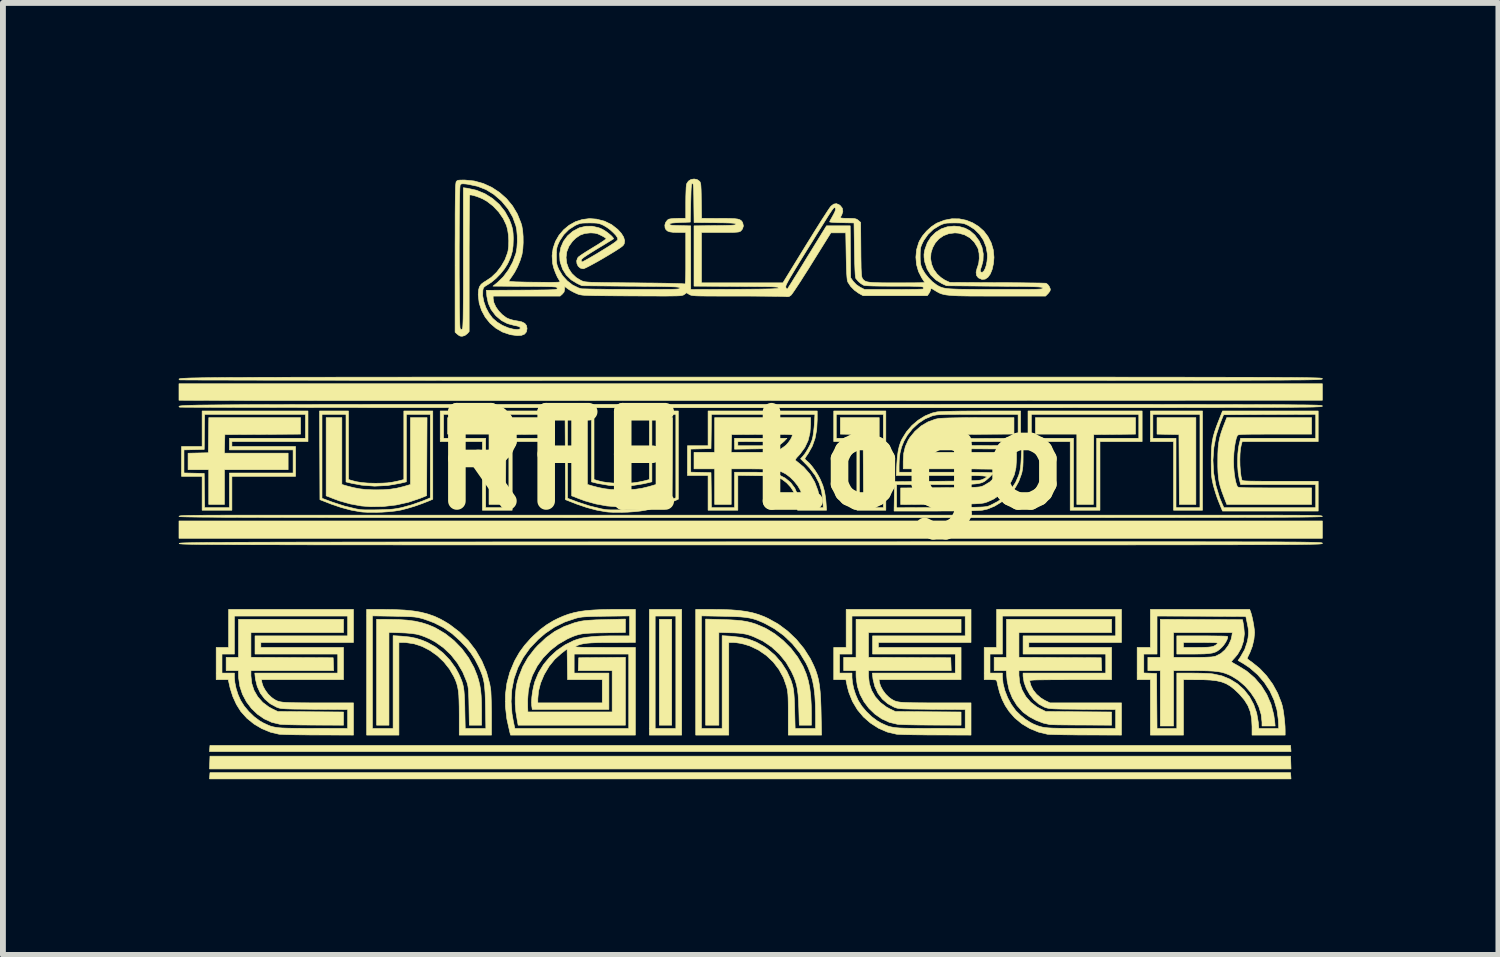
<source format=kicad_pcb>
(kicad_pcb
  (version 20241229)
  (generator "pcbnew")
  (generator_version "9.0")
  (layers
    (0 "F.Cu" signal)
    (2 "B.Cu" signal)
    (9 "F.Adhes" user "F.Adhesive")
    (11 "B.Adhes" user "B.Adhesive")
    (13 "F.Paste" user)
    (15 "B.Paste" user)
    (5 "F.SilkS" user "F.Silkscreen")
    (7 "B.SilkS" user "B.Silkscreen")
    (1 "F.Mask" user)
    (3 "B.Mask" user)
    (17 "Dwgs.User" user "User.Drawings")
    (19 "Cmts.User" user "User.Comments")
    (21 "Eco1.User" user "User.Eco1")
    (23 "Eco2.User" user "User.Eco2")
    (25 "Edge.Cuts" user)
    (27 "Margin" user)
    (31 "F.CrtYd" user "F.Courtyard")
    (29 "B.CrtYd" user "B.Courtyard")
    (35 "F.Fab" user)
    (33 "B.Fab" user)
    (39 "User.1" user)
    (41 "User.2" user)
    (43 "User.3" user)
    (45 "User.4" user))
  (footprint "RFE Logo"
    (layer "F.Cu")
    (at 9.756 4.812)
    (property "Reference" "RFE Logo" (at 0 0 0) (layer "F.SilkS") (effects (font (size 1.524 1.524) (thickness 0.3))))
    (attr through_hole)
    (fp_poly (pts (xy -1.341 4.516) (xy -1.552 4.516) (xy -1.552 2.709) (xy -1.341 2.709) (xy -1.341 4.516)) (stroke (width 0.01) (type solid)) (fill yes) (layer "F.SilkS"))
    (fp_poly (pts (xy 9.765 1.326) (xy -9.751 1.326) (xy -9.751 1.03) (xy 9.765 1.03) (xy 9.765 1.326)) (stroke (width 0.01) (type solid)) (fill yes) (layer "F.SilkS"))
    (fp_poly (pts (xy 2.201 0.748) (xy 1.934 0.748) (xy 1.926 -0.445) (xy 1.538 -0.452) (xy 1.538 -0.734) (xy 2.201 -0.734) (xy 2.201 0.748)) (stroke (width 0.01) (type solid)) (fill yes) (layer "F.SilkS"))
    (fp_poly (pts (xy 9.226 5.154) (xy 9.23 5.263) (xy -9.23 5.263) (xy -9.226 5.154) (xy -9.222 5.045) (xy 9.222 5.045) (xy 9.226 5.154)) (stroke (width 0.01) (type solid)) (fill yes) (layer "F.SilkS"))
    (fp_poly (pts (xy 9.226 4.914) (xy 9.23 4.967) (xy -9.23 4.967) (xy -9.226 4.914) (xy -9.222 4.861) (xy 9.222 4.861) (xy 9.226 4.914)) (stroke (width 0.01) (type solid)) (fill yes) (layer "F.SilkS"))
    (fp_poly (pts (xy 9.226 5.38) (xy 9.23 5.433) (xy -9.23 5.433) (xy -9.226 5.38) (xy -9.222 5.327) (xy 9.222 5.327) (xy 9.226 5.38)) (stroke (width 0.01) (type solid)) (fill yes) (layer "F.SilkS"))
    (fp_poly (pts (xy 7.606 0.748) (xy 7.324 0.748) (xy 7.317 -0.445) (xy 7.13 -0.448) (xy 6.943 -0.452) (xy 6.943 -0.734) (xy 7.606 -0.734) (xy 7.606 0.748)) (stroke (width 0.01) (type solid)) (fill yes) (layer "F.SilkS"))
    (fp_poly (pts (xy -3.457 -0.452) (xy -3.814 -0.448) (xy -4.17 -0.445) (xy -4.177 0.748) (xy -4.459 0.748) (xy -4.459 -0.452) (xy -5.165 -0.452) (xy -5.165 -0.734) (xy -3.457 -0.734) (xy -3.457 -0.452)) (stroke (width 0.01) (type solid)) (fill yes) (layer "F.SilkS"))
    (fp_poly (pts (xy 6.576 -0.452) (xy 6.219 -0.448) (xy 5.863 -0.445) (xy 5.856 0.748) (xy 5.574 0.748) (xy 5.574 -0.452) (xy 4.868 -0.452) (xy 4.868 -0.734) (xy 6.576 -0.734) (xy 6.576 -0.452)) (stroke (width 0.01) (type solid)) (fill yes) (layer "F.SilkS"))
    (fp_poly (pts (xy -1.171 4.685) (xy -1.722 4.685) (xy -1.722 2.653) (xy -1.623 2.653) (xy -1.623 4.572) (xy -1.27 4.572) (xy -1.27 2.653) (xy -1.623 2.653) (xy -1.722 2.653) (xy -1.722 2.54) (xy -1.171 2.54) (xy -1.171 4.685)) (stroke (width 0.01) (type solid)) (fill yes) (layer "F.SilkS"))
    (fp_poly (pts (xy 2.314 0.847) (xy 1.82 0.847) (xy 1.82 -0.325) (xy 1.425 -0.325) (xy 1.425 -0.79) (xy 1.468 -0.79) (xy 1.468 -0.381) (xy 1.863 -0.381) (xy 1.863 0.804) (xy 2.272 0.804) (xy 2.272 -0.79) (xy 1.468 -0.79) (xy 1.425 -0.79) (xy 1.425 -0.847) (xy 2.314 -0.847) (xy 2.314 0.847)) (stroke (width 0.01) (type solid)) (fill yes) (layer "F.SilkS"))
    (fp_poly (pts (xy 7.719 0.847) (xy 7.225 0.847) (xy 7.225 -0.325) (xy 6.83 -0.325) (xy 6.83 -0.79) (xy 6.872 -0.79) (xy 6.872 -0.381) (xy 7.267 -0.381) (xy 7.267 0.804) (xy 7.676 0.804) (xy 7.676 -0.79) (xy 6.872 -0.79) (xy 6.83 -0.79) (xy 6.83 -0.847) (xy 7.719 -0.847) (xy 7.719 0.847)) (stroke (width 0.01) (type solid)) (fill yes) (layer "F.SilkS"))
    (fp_poly (pts (xy -7.676 -0.452) (xy -8.322 -0.448) (xy -8.968 -0.445) (xy -8.976 -0.127) (xy -7.888 -0.127) (xy -7.888 0.155) (xy -8.975 0.155) (xy -8.975 0.748) (xy -9.243 0.748) (xy -9.243 0.155) (xy -9.596 0.155) (xy -9.596 -0.126) (xy -9.25 -0.134) (xy -9.246 -0.434) (xy -9.242 -0.734) (xy -7.676 -0.734) (xy -7.676 -0.452)) (stroke (width 0.01) (type solid)) (fill yes) (layer "F.SilkS"))
    (fp_poly (pts (xy -3.344 -0.325) (xy -4.064 -0.325) (xy -4.064 0.847) (xy -4.572 0.847) (xy -4.572 -0.325) (xy -5.292 -0.325) (xy -5.292 -0.79) (xy -5.235 -0.79) (xy -5.235 -0.381) (xy -4.516 -0.381) (xy -4.516 0.804) (xy -4.12 0.804) (xy -4.12 -0.381) (xy -3.401 -0.381) (xy -3.401 -0.79) (xy -5.235 -0.79) (xy -5.292 -0.79) (xy -5.292 -0.847) (xy -3.344 -0.847) (xy -3.344 -0.325)) (stroke (width 0.01) (type solid)) (fill yes) (layer "F.SilkS"))
    (fp_poly (pts (xy 6.689 -0.325) (xy 5.969 -0.325) (xy 5.969 0.847) (xy 5.461 0.847) (xy 5.461 -0.325) (xy 4.741 -0.325) (xy 4.741 -0.79) (xy 4.798 -0.79) (xy 4.798 -0.381) (xy 5.517 -0.381) (xy 5.517 0.804) (xy 5.913 0.804) (xy 5.913 -0.381) (xy 6.632 -0.381) (xy 6.632 -0.79) (xy 4.798 -0.79) (xy 4.741 -0.79) (xy 4.741 -0.847) (xy 6.689 -0.847) (xy 6.689 -0.325)) (stroke (width 0.01) (type solid)) (fill yes) (layer "F.SilkS"))
    (fp_poly (pts (xy -6.971 0.407) (xy -6.89 0.431) (xy -6.779 0.46) (xy -6.676 0.48) (xy -6.571 0.493) (xy -6.454 0.498) (xy -6.385 0.499) (xy -6.256 0.497) (xy -6.144 0.488) (xy -6.038 0.472) (xy -5.93 0.446) (xy -5.874 0.43) (xy -5.8 0.408) (xy -5.8 -0.734) (xy -5.517 -0.734) (xy -5.524 0.598) (xy -5.637 0.644) (xy -5.836 0.711) (xy -6.047 0.758) (xy -6.264 0.783) (xy -6.478 0.787) (xy -6.639 0.774) (xy -6.825 0.74) (xy -7.011 0.688) (xy -7.106 0.653) (xy -7.239 0.601) (xy -7.239 -0.734) (xy -6.971 -0.734) (xy -6.971 0.407)) (stroke (width 0.01) (type solid)) (fill yes) (layer "F.SilkS"))
    (fp_poly (pts (xy -2.78 0.407) (xy -2.699 0.431) (xy -2.588 0.46) (xy -2.485 0.48) (xy -2.38 0.493) (xy -2.263 0.498) (xy -2.194 0.499) (xy -2.065 0.497) (xy -1.953 0.488) (xy -1.847 0.472) (xy -1.739 0.446) (xy -1.683 0.43) (xy -1.609 0.408) (xy -1.609 -0.734) (xy -1.326 -0.734) (xy -1.333 0.598) (xy -1.446 0.644) (xy -1.645 0.711) (xy -1.856 0.758) (xy -2.073 0.783) (xy -2.287 0.787) (xy -2.448 0.774) (xy -2.634 0.74) (xy -2.82 0.688) (xy -2.915 0.653) (xy -3.048 0.601) (xy -3.048 -0.734) (xy -2.78 -0.734) (xy -2.78 0.407)) (stroke (width 0.01) (type solid)) (fill yes) (layer "F.SilkS"))
    (fp_poly (pts (xy 0.578 -0.33) (xy 0.535 -0.293) (xy 0.483 -0.257) (xy 0.459 -0.242) (xy 0.435 -0.231) (xy 0.414 -0.222) (xy 0.389 -0.215) (xy 0.358 -0.21) (xy 0.316 -0.206) (xy 0.258 -0.204) (xy 0.182 -0.202) (xy 0.082 -0.2) (xy 0.06 -0.2) (xy -0.268 -0.195) (xy -0.268 -0.254) (xy -0.212 -0.254) (xy 0.081 -0.254) (xy 0.18 -0.254) (xy 0.255 -0.255) (xy 0.311 -0.257) (xy 0.352 -0.26) (xy 0.383 -0.265) (xy 0.408 -0.272) (xy 0.432 -0.282) (xy 0.445 -0.288) (xy 0.515 -0.322) (xy -0.212 -0.325) (xy -0.212 -0.254) (xy -0.268 -0.254) (xy -0.268 -0.381) (xy 0.626 -0.381) (xy 0.578 -0.33)) (stroke (width 0.01) (type solid)) (fill yes) (layer "F.SilkS"))
    (fp_poly (pts (xy -7.549 -0.325) (xy -8.848 -0.325) (xy -8.848 -0.24) (xy -7.761 -0.24) (xy -7.761 0.268) (xy -8.848 0.268) (xy -8.848 0.847) (xy -9.356 0.847) (xy -9.356 0.268) (xy -9.708 0.268) (xy -9.708 -0.183) (xy -9.666 -0.183) (xy -9.666 0.211) (xy -9.32 0.219) (xy -9.317 0.512) (xy -9.313 0.804) (xy -8.89 0.804) (xy -8.89 0.212) (xy -7.803 0.212) (xy -7.803 -0.183) (xy -8.89 -0.183) (xy -8.89 -0.381) (xy -7.592 -0.381) (xy -7.592 -0.79) (xy -9.313 -0.79) (xy -9.317 -0.49) (xy -9.32 -0.191) (xy -9.666 -0.183) (xy -9.708 -0.183) (xy -9.708 -0.24) (xy -9.356 -0.24) (xy -9.356 -0.847) (xy -7.549 -0.847) (xy -7.549 -0.325)) (stroke (width 0.01) (type solid)) (fill yes) (layer "F.SilkS"))
    (fp_poly (pts (xy -6.943 2.935) (xy -8.523 2.935) (xy -8.523 3.358) (xy -7.119 3.365) (xy -7.111 3.584) (xy -8.523 3.584) (xy -8.523 3.675) (xy -8.509 3.802) (xy -8.47 3.922) (xy -8.407 4.031) (xy -8.322 4.127) (xy -8.217 4.206) (xy -8.156 4.239) (xy -8.065 4.283) (xy -7.504 4.287) (xy -6.943 4.291) (xy -6.943 4.516) (xy -7.447 4.514) (xy -7.568 4.513) (xy -7.682 4.512) (xy -7.787 4.51) (xy -7.879 4.508) (xy -7.953 4.505) (xy -8.006 4.503) (xy -8.031 4.5) (xy -8.168 4.467) (xy -8.296 4.408) (xy -8.412 4.328) (xy -8.514 4.23) (xy -8.6 4.116) (xy -8.667 3.989) (xy -8.712 3.853) (xy -8.733 3.709) (xy -8.735 3.665) (xy -8.735 3.584) (xy -8.946 3.584) (xy -8.946 3.358) (xy -8.735 3.358) (xy -8.735 2.709) (xy -6.943 2.709) (xy -6.943 2.935)) (stroke (width 0.01) (type solid)) (fill yes) (layer "F.SilkS"))
    (fp_poly (pts (xy 3.598 2.935) (xy 2.018 2.935) (xy 2.018 3.358) (xy 3.422 3.365) (xy 3.43 3.584) (xy 2.018 3.584) (xy 2.018 3.675) (xy 2.032 3.802) (xy 2.071 3.922) (xy 2.134 4.031) (xy 2.219 4.127) (xy 2.324 4.206) (xy 2.385 4.239) (xy 2.477 4.283) (xy 3.037 4.287) (xy 3.598 4.291) (xy 3.598 4.516) (xy 3.094 4.514) (xy 2.973 4.513) (xy 2.859 4.512) (xy 2.754 4.51) (xy 2.662 4.508) (xy 2.588 4.505) (xy 2.535 4.503) (xy 2.51 4.5) (xy 2.373 4.467) (xy 2.245 4.408) (xy 2.129 4.328) (xy 2.027 4.23) (xy 1.941 4.116) (xy 1.874 3.989) (xy 1.829 3.853) (xy 1.808 3.709) (xy 1.806 3.665) (xy 1.806 3.584) (xy 1.595 3.584) (xy 1.595 3.358) (xy 1.806 3.358) (xy 1.806 2.709) (xy 3.598 2.709) (xy 3.598 2.935)) (stroke (width 0.01) (type solid)) (fill yes) (layer "F.SilkS"))
    (fp_poly (pts (xy 6.167 2.935) (xy 4.586 2.935) (xy 4.586 3.358) (xy 5.99 3.365) (xy 5.994 3.475) (xy 5.998 3.584) (xy 4.586 3.584) (xy 4.586 3.665) (xy 4.6 3.794) (xy 4.64 3.915) (xy 4.703 4.027) (xy 4.787 4.124) (xy 4.89 4.203) (xy 4.946 4.234) (xy 5.044 4.283) (xy 5.605 4.287) (xy 6.167 4.291) (xy 6.167 4.516) (xy 5.662 4.513) (xy 5.544 4.513) (xy 5.433 4.512) (xy 5.333 4.511) (xy 5.248 4.51) (xy 5.18 4.508) (xy 5.135 4.507) (xy 5.115 4.506) (xy 5 4.48) (xy 4.881 4.434) (xy 4.767 4.374) (xy 4.667 4.303) (xy 4.649 4.287) (xy 4.552 4.179) (xy 4.474 4.053) (xy 4.418 3.913) (xy 4.385 3.761) (xy 4.38 3.707) (xy 4.37 3.584) (xy 4.163 3.584) (xy 4.163 3.358) (xy 4.374 3.358) (xy 4.374 2.709) (xy 6.167 2.709) (xy 6.167 2.935)) (stroke (width 0.01) (type solid)) (fill yes) (layer "F.SilkS"))
    (fp_poly (pts (xy 7.816 2.992) (xy 7.914 2.993) (xy 7.999 2.994) (xy 8.068 2.995) (xy 8.117 2.997) (xy 8.142 2.999) (xy 8.145 2.999) (xy 8.149 3.022) (xy 8.137 3.058) (xy 8.113 3.104) (xy 8.08 3.151) (xy 8.051 3.184) (xy 8.013 3.22) (xy 7.976 3.248) (xy 7.936 3.269) (xy 7.887 3.284) (xy 7.827 3.293) (xy 7.75 3.299) (xy 7.653 3.301) (xy 7.554 3.302) (xy 7.281 3.302) (xy 7.281 3.104) (xy 7.394 3.104) (xy 7.394 3.189) (xy 7.628 3.189) (xy 7.733 3.188) (xy 7.812 3.185) (xy 7.868 3.179) (xy 7.903 3.171) (xy 7.906 3.17) (xy 7.943 3.15) (xy 7.97 3.128) (xy 7.971 3.128) (xy 7.976 3.12) (xy 7.973 3.114) (xy 7.959 3.11) (xy 7.931 3.107) (xy 7.886 3.106) (xy 7.82 3.105) (xy 7.731 3.104) (xy 7.692 3.104) (xy 7.394 3.104) (xy 7.281 3.104) (xy 7.281 2.992) (xy 7.709 2.992) (xy 7.816 2.992)) (stroke (width 0.01) (type solid)) (fill yes) (layer "F.SilkS"))
    (fp_poly (pts (xy -0.469 2.713) (xy -0.339 2.718) (xy -0.232 2.725) (xy -0.141 2.734) (xy -0.062 2.747) (xy 0.011 2.764) (xy 0.085 2.787) (xy 0.102 2.793) (xy 0.264 2.863) (xy 0.419 2.957) (xy 0.564 3.073) (xy 0.695 3.205) (xy 0.808 3.352) (xy 0.899 3.508) (xy 0.911 3.535) (xy 0.956 3.643) (xy 0.99 3.756) (xy 1.015 3.878) (xy 1.032 4.015) (xy 1.041 4.171) (xy 1.044 4.322) (xy 1.044 4.516) (xy 0.837 4.516) (xy 0.829 4.237) (xy 0.824 4.107) (xy 0.817 4) (xy 0.806 3.911) (xy 0.791 3.832) (xy 0.77 3.759) (xy 0.743 3.687) (xy 0.707 3.609) (xy 0.706 3.605) (xy 0.613 3.446) (xy 0.499 3.304) (xy 0.366 3.182) (xy 0.216 3.08) (xy 0.049 3.002) (xy -0.021 2.977) (xy -0.073 2.963) (xy -0.128 2.953) (xy -0.195 2.945) (xy -0.28 2.94) (xy -0.328 2.939) (xy -0.536 2.932) (xy -0.536 4.516) (xy -0.762 4.516) (xy -0.762 2.705) (xy -0.469 2.713)) (stroke (width 0.01) (type solid)) (fill yes) (layer "F.SilkS"))
    (fp_poly (pts (xy -6.177 2.71) (xy -6.006 2.713) (xy -5.858 2.723) (xy -5.728 2.74) (xy -5.61 2.766) (xy -5.5 2.801) (xy -5.393 2.846) (xy -5.369 2.858) (xy -5.206 2.954) (xy -5.056 3.073) (xy -4.922 3.211) (xy -4.808 3.366) (xy -4.715 3.534) (xy -4.662 3.667) (xy -4.636 3.751) (xy -4.616 3.833) (xy -4.602 3.919) (xy -4.593 4.014) (xy -4.588 4.124) (xy -4.586 4.257) (xy -4.586 4.27) (xy -4.586 4.516) (xy -4.795 4.516) (xy -4.801 4.195) (xy -4.803 4.088) (xy -4.806 4.005) (xy -4.809 3.941) (xy -4.813 3.891) (xy -4.819 3.851) (xy -4.827 3.815) (xy -4.837 3.781) (xy -4.839 3.775) (xy -4.908 3.608) (xy -4.999 3.454) (xy -5.11 3.314) (xy -5.239 3.192) (xy -5.382 3.092) (xy -5.468 3.046) (xy -5.552 3.009) (xy -5.627 2.981) (xy -5.702 2.962) (xy -5.785 2.95) (xy -5.882 2.942) (xy -5.958 2.939) (xy -6.167 2.932) (xy -6.167 4.516) (xy -6.378 4.516) (xy -6.378 2.709) (xy -6.177 2.71)) (stroke (width 0.01) (type solid)) (fill yes) (layer "F.SilkS"))
    (fp_poly (pts (xy 9.581 -0.452) (xy 8.954 -0.452) (xy 8.804 -0.452) (xy 8.68 -0.451) (xy 8.58 -0.451) (xy 8.5 -0.45) (xy 8.438 -0.449) (xy 8.392 -0.447) (xy 8.359 -0.444) (xy 8.338 -0.441) (xy 8.324 -0.436) (xy 8.317 -0.431) (xy 8.313 -0.426) (xy 8.295 -0.378) (xy 8.279 -0.309) (xy 8.265 -0.224) (xy 8.255 -0.13) (xy 8.25 -0.033) (xy 8.249 0.014) (xy 8.252 0.113) (xy 8.261 0.212) (xy 8.274 0.302) (xy 8.291 0.379) (xy 8.31 0.434) (xy 8.314 0.441) (xy 8.318 0.447) (xy 8.327 0.452) (xy 8.343 0.456) (xy 8.367 0.459) (xy 8.404 0.461) (xy 8.454 0.463) (xy 8.521 0.464) (xy 8.608 0.465) (xy 8.715 0.465) (xy 8.847 0.466) (xy 8.954 0.466) (xy 9.581 0.466) (xy 9.581 0.748) (xy 8.134 0.748) (xy 8.083 0.617) (xy 8.048 0.523) (xy 8.022 0.442) (xy 8.003 0.366) (xy 7.991 0.289) (xy 7.984 0.203) (xy 7.98 0.101) (xy 7.98 0.014) (xy 7.981 -0.111) (xy 7.986 -0.214) (xy 7.996 -0.304) (xy 8.012 -0.386) (xy 8.035 -0.469) (xy 8.066 -0.559) (xy 8.083 -0.603) (xy 8.134 -0.734) (xy 9.581 -0.734) (xy 9.581 -0.452)) (stroke (width 0.01) (type solid)) (fill yes) (layer "F.SilkS"))
    (fp_poly (pts (xy -2.131 2.933) (xy -2.487 2.939) (xy -2.611 2.941) (xy -2.712 2.944) (xy -2.794 2.949) (xy -2.862 2.956) (xy -2.92 2.967) (xy -2.973 2.982) (xy -3.026 3.001) (xy -3.083 3.026) (xy -3.126 3.046) (xy -3.276 3.133) (xy -3.414 3.241) (xy -3.535 3.366) (xy -3.636 3.506) (xy -3.713 3.656) (xy -3.724 3.683) (xy -3.764 3.808) (xy -3.789 3.938) (xy -3.8 4.082) (xy -3.799 4.209) (xy -3.796 4.29) (xy -2.357 4.29) (xy -2.357 3.584) (xy -2.936 3.584) (xy -2.932 3.475) (xy -2.928 3.365) (xy -2.529 3.362) (xy -2.131 3.358) (xy -2.131 4.516) (xy -3.962 4.516) (xy -3.977 4.434) (xy -4.001 4.288) (xy -4.012 4.158) (xy -4.012 4.038) (xy -4.007 3.983) (xy -4 3.91) (xy -3.993 3.856) (xy -3.985 3.812) (xy -3.973 3.766) (xy -3.956 3.71) (xy -3.948 3.683) (xy -3.883 3.518) (xy -3.795 3.363) (xy -3.681 3.215) (xy -3.628 3.157) (xy -3.485 3.023) (xy -3.336 2.915) (xy -3.175 2.831) (xy -3 2.768) (xy -2.9 2.743) (xy -2.838 2.733) (xy -2.749 2.725) (xy -2.631 2.718) (xy -2.486 2.714) (xy -2.466 2.713) (xy -2.131 2.705) (xy -2.131 2.933)) (stroke (width 0.01) (type solid)) (fill yes) (layer "F.SilkS"))
    (fp_poly (pts (xy 9.765 -1.03) (xy 8.788 -1.03) (xy 8.713 -1.03) (xy 8.612 -1.03) (xy 8.483 -1.03) (xy 8.33 -1.03) (xy 8.152 -1.03) (xy 7.951 -1.03) (xy 7.727 -1.03) (xy 7.482 -1.03) (xy 7.216 -1.029) (xy 6.931 -1.029) (xy 6.627 -1.029) (xy 6.305 -1.029) (xy 5.967 -1.029) (xy 5.612 -1.029) (xy 5.243 -1.029) (xy 4.86 -1.029) (xy 4.464 -1.028) (xy 4.056 -1.028) (xy 3.637 -1.028) (xy 3.208 -1.028) (xy 2.77 -1.028) (xy 2.324 -1.027) (xy 1.87 -1.027) (xy 1.411 -1.027) (xy 0.946 -1.027) (xy 0.476 -1.027) (xy 0.169 -1.026) (xy -0.304 -1.026) (xy -0.774 -1.026) (xy -1.239 -1.026) (xy -1.7 -1.026) (xy -2.155 -1.026) (xy -2.602 -1.026) (xy -3.042 -1.025) (xy -3.473 -1.025) (xy -3.893 -1.025) (xy -4.303 -1.025) (xy -4.7 -1.025) (xy -5.085 -1.025) (xy -5.456 -1.025) (xy -5.812 -1.025) (xy -6.152 -1.025) (xy -6.475 -1.025) (xy -6.781 -1.025) (xy -7.067 -1.025) (xy -7.334 -1.025) (xy -7.58 -1.026) (xy -7.805 -1.026) (xy -8.006 -1.026) (xy -8.184 -1.026) (xy -8.337 -1.026) (xy -8.464 -1.026) (xy -8.565 -1.027) (xy -8.611 -1.027) (xy -9.751 -1.03) (xy -9.751 -1.312) (xy 9.765 -1.312) (xy 9.765 -1.03)) (stroke (width 0.01) (type solid)) (fill yes) (layer "F.SilkS"))
    (fp_poly (pts (xy 7.701 2.713) (xy 8.403 2.716) (xy 8.423 2.827) (xy 8.434 2.955) (xy 8.419 3.081) (xy 8.38 3.199) (xy 8.319 3.306) (xy 8.277 3.356) (xy 8.244 3.392) (xy 8.221 3.42) (xy 8.213 3.433) (xy 8.224 3.443) (xy 8.255 3.462) (xy 8.3 3.487) (xy 8.322 3.499) (xy 8.475 3.594) (xy 8.609 3.709) (xy 8.724 3.843) (xy 8.817 3.993) (xy 8.888 4.158) (xy 8.935 4.336) (xy 8.952 4.456) (xy 8.959 4.53) (xy 8.735 4.53) (xy 8.735 4.463) (xy 8.721 4.334) (xy 8.682 4.205) (xy 8.621 4.077) (xy 8.541 3.957) (xy 8.445 3.847) (xy 8.334 3.752) (xy 8.225 3.683) (xy 8.167 3.655) (xy 8.111 3.632) (xy 8.051 3.614) (xy 7.984 3.602) (xy 7.905 3.593) (xy 7.81 3.588) (xy 7.695 3.585) (xy 7.575 3.584) (xy 7.225 3.584) (xy 7.225 4.53) (xy 6.999 4.53) (xy 6.999 3.584) (xy 6.787 3.584) (xy 6.787 3.358) (xy 6.999 3.358) (xy 6.999 2.935) (xy 7.225 2.935) (xy 7.225 3.358) (xy 7.554 3.358) (xy 7.667 3.358) (xy 7.755 3.357) (xy 7.823 3.354) (xy 7.875 3.351) (xy 7.913 3.345) (xy 7.942 3.338) (xy 7.948 3.336) (xy 8.03 3.294) (xy 8.103 3.23) (xy 8.163 3.15) (xy 8.205 3.059) (xy 8.22 2.995) (xy 8.229 2.935) (xy 7.225 2.935) (xy 6.999 2.935) (xy 6.999 2.709) (xy 7.701 2.713)) (stroke (width 0.01) (type solid)) (fill yes) (layer "F.SilkS"))
    (fp_poly (pts (xy -6.858 0.322) (xy -6.812 0.337) (xy -6.724 0.36) (xy -6.63 0.375) (xy -6.524 0.384) (xy -6.397 0.387) (xy -6.392 0.387) (xy -6.284 0.385) (xy -6.194 0.38) (xy -6.112 0.369) (xy -6.026 0.352) (xy -5.965 0.337) (xy -5.913 0.323) (xy -5.913 -0.847) (xy -5.419 -0.847) (xy -5.419 0.659) (xy -5.493 0.691) (xy -5.603 0.734) (xy -5.725 0.777) (xy -5.848 0.814) (xy -5.96 0.843) (xy -5.98 0.847) (xy -6.066 0.861) (xy -6.171 0.872) (xy -6.287 0.88) (xy -6.405 0.883) (xy -6.517 0.883) (xy -6.614 0.878) (xy -6.658 0.873) (xy -6.814 0.845) (xy -6.983 0.8) (xy -7.156 0.741) (xy -7.183 0.73) (xy -7.345 0.667) (xy -7.348 -0.09) (xy -7.352 -0.79) (xy -7.31 -0.79) (xy -7.31 0.643) (xy -7.13 0.71) (xy -6.927 0.776) (xy -6.724 0.825) (xy -6.653 0.837) (xy -6.626 0.839) (xy -6.576 0.841) (xy -6.508 0.841) (xy -6.428 0.841) (xy -6.35 0.84) (xy -6.247 0.837) (xy -6.166 0.834) (xy -6.099 0.828) (xy -6.04 0.82) (xy -5.982 0.809) (xy -5.941 0.8) (xy -5.772 0.753) (xy -5.599 0.692) (xy -5.514 0.658) (xy -5.461 0.635) (xy -5.461 -0.79) (xy -5.87 -0.79) (xy -5.87 0.362) (xy -5.969 0.386) (xy -6.19 0.425) (xy -6.412 0.436) (xy -6.633 0.419) (xy -6.805 0.387) (xy -6.9 0.364) (xy -6.9 -0.79) (xy -7.31 -0.79) (xy -7.352 -0.79) (xy -7.352 -0.847) (xy -6.858 -0.847) (xy -6.858 0.322)) (stroke (width 0.01) (type solid)) (fill yes) (layer "F.SilkS"))
    (fp_poly (pts (xy -2.667 0.322) (xy -2.621 0.337) (xy -2.533 0.36) (xy -2.439 0.375) (xy -2.333 0.384) (xy -2.206 0.387) (xy -2.201 0.387) (xy -2.093 0.385) (xy -2.003 0.38) (xy -1.921 0.369) (xy -1.835 0.352) (xy -1.774 0.337) (xy -1.722 0.323) (xy -1.722 -0.847) (xy -1.228 -0.847) (xy -1.228 0.659) (xy -1.302 0.691) (xy -1.412 0.734) (xy -1.534 0.777) (xy -1.657 0.814) (xy -1.769 0.843) (xy -1.789 0.847) (xy -1.875 0.861) (xy -1.98 0.872) (xy -2.096 0.88) (xy -2.214 0.883) (xy -2.326 0.883) (xy -2.423 0.878) (xy -2.467 0.873) (xy -2.623 0.845) (xy -2.792 0.8) (xy -2.965 0.741) (xy -2.992 0.73) (xy -3.154 0.667) (xy -3.157 -0.09) (xy -3.161 -0.79) (xy -3.119 -0.79) (xy -3.119 0.643) (xy -2.939 0.71) (xy -2.736 0.776) (xy -2.533 0.825) (xy -2.462 0.837) (xy -2.435 0.839) (xy -2.385 0.841) (xy -2.317 0.841) (xy -2.237 0.841) (xy -2.159 0.84) (xy -2.056 0.837) (xy -1.975 0.834) (xy -1.908 0.828) (xy -1.849 0.82) (xy -1.791 0.809) (xy -1.75 0.8) (xy -1.581 0.753) (xy -1.408 0.692) (xy -1.323 0.658) (xy -1.27 0.635) (xy -1.27 -0.79) (xy -1.679 -0.79) (xy -1.679 0.362) (xy -1.816 0.394) (xy -2.005 0.425) (xy -2.203 0.435) (xy -2.402 0.424) (xy -2.593 0.392) (xy -2.621 0.385) (xy -2.709 0.363) (xy -2.709 -0.79) (xy -3.119 -0.79) (xy -3.161 -0.79) (xy -3.161 -0.847) (xy -2.667 -0.847) (xy -2.667 0.322)) (stroke (width 0.01) (type solid)) (fill yes) (layer "F.SilkS"))
    (fp_poly (pts (xy 9.694 -0.325) (xy 8.397 -0.325) (xy 8.382 -0.272) (xy 8.368 -0.205) (xy 8.36 -0.118) (xy 8.357 -0.02) (xy 8.359 0.083) (xy 8.366 0.182) (xy 8.377 0.269) (xy 8.391 0.328) (xy 8.394 0.334) (xy 8.401 0.339) (xy 8.415 0.343) (xy 8.439 0.346) (xy 8.473 0.348) (xy 8.522 0.35) (xy 8.587 0.351) (xy 8.671 0.352) (xy 8.776 0.353) (xy 8.904 0.353) (xy 9.046 0.353) (xy 9.694 0.353) (xy 9.694 0.861) (xy 8.061 0.861) (xy 8.002 0.717) (xy 7.971 0.637) (xy 7.94 0.545) (xy 7.914 0.456) (xy 7.905 0.425) (xy 7.892 0.367) (xy 7.882 0.317) (xy 7.875 0.267) (xy 7.871 0.212) (xy 7.869 0.143) (xy 7.868 0.056) (xy 7.868 0.014) (xy 7.868 -0.008) (xy 7.898 -0.008) (xy 7.909 0.208) (xy 7.947 0.421) (xy 8.01 0.629) (xy 8.049 0.724) (xy 8.084 0.804) (xy 9.652 0.804) (xy 9.652 0.409) (xy 8.37 0.409) (xy 8.344 0.3) (xy 8.328 0.207) (xy 8.32 0.095) (xy 8.319 0.014) (xy 8.322 -0.112) (xy 8.333 -0.216) (xy 8.344 -0.272) (xy 8.37 -0.381) (xy 9.652 -0.381) (xy 9.652 -0.79) (xy 8.866 -0.787) (xy 8.079 -0.783) (xy 8.02 -0.635) (xy 7.953 -0.432) (xy 7.913 -0.222) (xy 7.898 -0.008) (xy 7.868 -0.008) (xy 7.869 -0.114) (xy 7.874 -0.221) (xy 7.884 -0.315) (xy 7.901 -0.403) (xy 7.926 -0.492) (xy 7.96 -0.59) (xy 7.99 -0.667) (xy 8.061 -0.847) (xy 9.694 -0.847) (xy 9.694 -0.325)) (stroke (width 0.01) (type solid)) (fill yes) (layer "F.SilkS"))
    (fp_poly (pts (xy 1.03 -0.622) (xy 1.019 -0.474) (xy 0.987 -0.342) (xy 0.931 -0.223) (xy 0.851 -0.114) (xy 0.837 -0.098) (xy 0.798 -0.056) (xy 0.777 -0.029) (xy 0.77 -0.013) (xy 0.775 -0.001) (xy 0.785 0.006) (xy 0.915 0.113) (xy 1.02 0.233) (xy 1.1 0.367) (xy 1.156 0.514) (xy 1.189 0.677) (xy 1.19 0.688) (xy 1.197 0.748) (xy 0.907 0.748) (xy 0.9 0.666) (xy 0.888 0.602) (xy 0.867 0.534) (xy 0.854 0.503) (xy 0.81 0.428) (xy 0.75 0.353) (xy 0.682 0.285) (xy 0.614 0.233) (xy 0.596 0.222) (xy 0.549 0.198) (xy 0.504 0.18) (xy 0.454 0.165) (xy 0.398 0.155) (xy 0.33 0.148) (xy 0.246 0.144) (xy 0.142 0.142) (xy 0.018 0.141) (xy -0.325 0.141) (xy -0.325 0.748) (xy -0.607 0.748) (xy -0.607 0.141) (xy -0.96 0.141) (xy -0.96 -0.141) (xy -0.607 -0.141) (xy -0.326 -0.141) (xy 0.038 -0.141) (xy 0.149 -0.141) (xy 0.236 -0.142) (xy 0.302 -0.143) (xy 0.351 -0.145) (xy 0.388 -0.148) (xy 0.416 -0.153) (xy 0.44 -0.16) (xy 0.463 -0.169) (xy 0.48 -0.177) (xy 0.534 -0.207) (xy 0.587 -0.245) (xy 0.612 -0.265) (xy 0.649 -0.307) (xy 0.683 -0.354) (xy 0.708 -0.399) (xy 0.719 -0.433) (xy 0.72 -0.437) (xy 0.708 -0.441) (xy 0.671 -0.445) (xy 0.61 -0.447) (xy 0.522 -0.448) (xy 0.408 -0.449) (xy 0.267 -0.449) (xy 0.201 -0.448) (xy -0.318 -0.445) (xy -0.326 -0.141) (xy -0.607 -0.141) (xy -0.607 -0.734) (xy 1.03 -0.734) (xy 1.03 -0.622)) (stroke (width 0.01) (type solid)) (fill yes) (layer "F.SilkS"))
    (fp_poly (pts (xy 4.501 -0.453) (xy 3.87 -0.449) (xy 3.239 -0.445) (xy 3.16 -0.408) (xy 3.066 -0.353) (xy 2.993 -0.285) (xy 2.944 -0.213) (xy 2.905 -0.141) (xy 4.544 -0.141) (xy 4.544 -0.017) (xy 4.535 0.121) (xy 4.507 0.242) (xy 4.457 0.352) (xy 4.384 0.457) (xy 4.346 0.499) (xy 4.251 0.589) (xy 4.156 0.655) (xy 4.052 0.703) (xy 4.032 0.71) (xy 4.011 0.717) (xy 3.989 0.723) (xy 3.964 0.727) (xy 3.934 0.731) (xy 3.895 0.734) (xy 3.844 0.737) (xy 3.781 0.739) (xy 3.701 0.741) (xy 3.601 0.742) (xy 3.481 0.743) (xy 3.335 0.744) (xy 3.256 0.745) (xy 2.568 0.75) (xy 2.568 0.467) (xy 3.242 0.463) (xy 3.397 0.462) (xy 3.527 0.461) (xy 3.634 0.46) (xy 3.72 0.458) (xy 3.789 0.457) (xy 3.842 0.455) (xy 3.883 0.452) (xy 3.913 0.449) (xy 3.937 0.444) (xy 3.955 0.439) (xy 3.971 0.433) (xy 3.984 0.427) (xy 4.087 0.366) (xy 4.168 0.29) (xy 4.206 0.235) (xy 4.228 0.194) (xy 4.243 0.164) (xy 4.247 0.152) (xy 4.234 0.15) (xy 4.194 0.148) (xy 4.132 0.146) (xy 4.048 0.145) (xy 3.946 0.144) (xy 3.829 0.142) (xy 3.698 0.142) (xy 3.556 0.141) (xy 3.429 0.141) (xy 2.611 0.141) (xy 2.611 0.009) (xy 2.619 -0.123) (xy 2.647 -0.239) (xy 2.695 -0.346) (xy 2.724 -0.393) (xy 2.812 -0.501) (xy 2.917 -0.592) (xy 3.034 -0.661) (xy 3.16 -0.707) (xy 3.217 -0.719) (xy 3.253 -0.722) (xy 3.313 -0.725) (xy 3.395 -0.728) (xy 3.496 -0.73) (xy 3.612 -0.732) (xy 3.74 -0.733) (xy 3.877 -0.734) (xy 3.905 -0.734) (xy 4.501 -0.734) (xy 4.501 -0.453)) (stroke (width 0.01) (type solid)) (fill yes) (layer "F.SilkS"))
    (fp_poly (pts (xy 1.143 -0.698) (xy 1.134 -0.529) (xy 1.106 -0.38) (xy 1.059 -0.247) (xy 0.992 -0.127) (xy 0.981 -0.111) (xy 0.954 -0.072) (xy 0.936 -0.043) (xy 0.931 -0.031) (xy 0.942 -0.016) (xy 0.967 0.007) (xy 0.972 0.01) (xy 1.013 0.049) (xy 1.061 0.106) (xy 1.11 0.174) (xy 1.157 0.248) (xy 1.194 0.318) (xy 1.239 0.425) (xy 1.269 0.533) (xy 1.288 0.652) (xy 1.293 0.715) (xy 1.302 0.847) (xy 0.808 0.847) (xy 0.799 0.794) (xy 0.793 0.744) (xy 0.79 0.697) (xy 0.79 0.696) (xy 0.778 0.616) (xy 0.742 0.533) (xy 0.689 0.452) (xy 0.621 0.379) (xy 0.543 0.32) (xy 0.513 0.303) (xy 0.43 0.261) (xy 0.109 0.257) (xy -0.212 0.252) (xy -0.212 0.847) (xy -0.72 0.847) (xy -0.72 0.254) (xy -1.072 0.254) (xy -1.072 -0.197) (xy -1.016 -0.197) (xy -1.016 0.197) (xy -0.843 0.201) (xy -0.67 0.205) (xy -0.666 0.504) (xy -0.663 0.804) (xy -0.268 0.804) (xy -0.268 0.198) (xy 0.004 0.198) (xy 0.096 0.198) (xy 0.185 0.201) (xy 0.264 0.204) (xy 0.328 0.208) (xy 0.367 0.213) (xy 0.492 0.245) (xy 0.6 0.301) (xy 0.691 0.377) (xy 0.761 0.472) (xy 0.811 0.586) (xy 0.837 0.698) (xy 0.852 0.804) (xy 1.246 0.804) (xy 1.238 0.674) (xy 1.218 0.522) (xy 1.175 0.383) (xy 1.108 0.253) (xy 1.015 0.13) (xy 0.962 0.073) (xy 0.859 -0.032) (xy 0.894 -0.069) (xy 0.937 -0.123) (xy 0.981 -0.194) (xy 1.022 -0.271) (xy 1.053 -0.345) (xy 1.057 -0.36) (xy 1.07 -0.414) (xy 1.081 -0.487) (xy 1.09 -0.57) (xy 1.094 -0.618) (xy 1.104 -0.79) (xy -0.663 -0.79) (xy -0.666 -0.497) (xy -0.67 -0.205) (xy -0.843 -0.201) (xy -1.016 -0.197) (xy -1.072 -0.197) (xy -1.072 -0.254) (xy -0.72 -0.254) (xy -0.72 -0.847) (xy 1.143 -0.847) (xy 1.143 -0.698)) (stroke (width 0.01) (type solid)) (fill yes) (layer "F.SilkS"))
    (fp_poly (pts (xy -0.653 2.54) (xy -0.475 2.542) (xy -0.321 2.548) (xy -0.187 2.559) (xy -0.069 2.575) (xy 0.038 2.597) (xy 0.138 2.626) (xy 0.234 2.662) (xy 0.306 2.695) (xy 0.478 2.791) (xy 0.639 2.911) (xy 0.786 3.051) (xy 0.915 3.207) (xy 1.022 3.375) (xy 1.039 3.408) (xy 1.081 3.494) (xy 1.116 3.576) (xy 1.143 3.657) (xy 1.165 3.742) (xy 1.181 3.836) (xy 1.193 3.943) (xy 1.201 4.066) (xy 1.207 4.212) (xy 1.209 4.3) (xy 1.217 4.685) (xy 0.649 4.685) (xy 0.649 4.327) (xy 0.649 4.212) (xy 0.648 4.121) (xy 0.646 4.049) (xy 0.643 3.992) (xy 0.638 3.946) (xy 0.632 3.907) (xy 0.623 3.87) (xy 0.622 3.863) (xy 0.568 3.708) (xy 0.49 3.565) (xy 0.391 3.436) (xy 0.273 3.325) (xy 0.139 3.233) (xy -0.009 3.163) (xy -0.11 3.132) (xy -0.174 3.118) (xy -0.239 3.108) (xy -0.292 3.104) (xy -0.367 3.104) (xy -0.367 4.685) (xy -0.931 4.685) (xy -0.931 4.572) (xy -0.833 4.572) (xy -0.48 4.572) (xy -0.48 2.988) (xy -0.33 2.998) (xy -0.167 3.016) (xy -0.023 3.05) (xy 0.109 3.102) (xy 0.235 3.173) (xy 0.288 3.209) (xy 0.419 3.32) (xy 0.532 3.45) (xy 0.625 3.595) (xy 0.695 3.75) (xy 0.722 3.836) (xy 0.732 3.881) (xy 0.74 3.929) (xy 0.746 3.988) (xy 0.751 4.06) (xy 0.755 4.152) (xy 0.758 4.258) (xy 0.766 4.572) (xy 1.115 4.572) (xy 1.115 4.35) (xy 1.112 4.17) (xy 1.103 4.014) (xy 1.087 3.876) (xy 1.063 3.753) (xy 1.03 3.64) (xy 0.988 3.533) (xy 0.951 3.455) (xy 0.846 3.283) (xy 0.719 3.126) (xy 0.573 2.986) (xy 0.41 2.868) (xy 0.249 2.779) (xy 0.177 2.747) (xy 0.112 2.721) (xy 0.05 2.701) (xy -0.015 2.686) (xy -0.086 2.675) (xy -0.17 2.667) (xy -0.27 2.662) (xy -0.391 2.658) (xy -0.462 2.657) (xy -0.833 2.65) (xy -0.833 4.572) (xy -0.931 4.572) (xy -0.931 2.54) (xy -0.653 2.54)) (stroke (width 0.01) (type solid)) (fill yes) (layer "F.SilkS"))
    (fp_poly (pts (xy -6.269 2.54) (xy -6.075 2.543) (xy -5.905 2.551) (xy -5.755 2.566) (xy -5.622 2.588) (xy -5.502 2.619) (xy -5.39 2.658) (xy -5.283 2.708) (xy -5.177 2.769) (xy -5.13 2.799) (xy -4.961 2.928) (xy -4.812 3.075) (xy -4.686 3.239) (xy -4.582 3.418) (xy -4.502 3.609) (xy -4.447 3.811) (xy -4.431 3.902) (xy -4.427 3.944) (xy -4.424 4.01) (xy -4.421 4.092) (xy -4.419 4.187) (xy -4.417 4.288) (xy -4.417 4.343) (xy -4.417 4.685) (xy -4.967 4.685) (xy -4.967 4.336) (xy -4.968 4.202) (xy -4.971 4.092) (xy -4.975 4.002) (xy -4.983 3.926) (xy -4.995 3.862) (xy -5.01 3.805) (xy -5.03 3.75) (xy -5.056 3.693) (xy -5.057 3.69) (xy -5.134 3.557) (xy -5.231 3.435) (xy -5.343 3.329) (xy -5.467 3.241) (xy -5.6 3.172) (xy -5.737 3.127) (xy -5.876 3.106) (xy -5.915 3.104) (xy -5.997 3.104) (xy -5.997 4.685) (xy -6.548 4.685) (xy -6.548 4.572) (xy -6.449 4.572) (xy -6.096 4.572) (xy -6.096 2.988) (xy -5.951 2.997) (xy -5.82 3.01) (xy -5.707 3.032) (xy -5.601 3.066) (xy -5.51 3.104) (xy -5.371 3.183) (xy -5.241 3.286) (xy -5.126 3.407) (xy -5.029 3.542) (xy -4.979 3.634) (xy -4.95 3.698) (xy -4.926 3.755) (xy -4.908 3.81) (xy -4.895 3.868) (xy -4.886 3.933) (xy -4.88 4.011) (xy -4.875 4.107) (xy -4.872 4.225) (xy -4.872 4.244) (xy -4.865 4.572) (xy -4.513 4.572) (xy -4.519 4.209) (xy -4.522 4.075) (xy -4.526 3.965) (xy -4.533 3.874) (xy -4.542 3.796) (xy -4.556 3.728) (xy -4.574 3.665) (xy -4.598 3.602) (xy -4.628 3.533) (xy -4.642 3.504) (xy -4.703 3.386) (xy -4.77 3.283) (xy -4.848 3.185) (xy -4.945 3.083) (xy -5.088 2.954) (xy -5.237 2.85) (xy -5.397 2.768) (xy -5.572 2.704) (xy -5.614 2.692) (xy -5.651 2.683) (xy -5.69 2.675) (xy -5.734 2.669) (xy -5.787 2.665) (xy -5.854 2.662) (xy -5.94 2.659) (xy -6.048 2.657) (xy -6.085 2.656) (xy -6.449 2.65) (xy -6.449 4.572) (xy -6.548 4.572) (xy -6.548 2.54) (xy -6.269 2.54)) (stroke (width 0.01) (type solid)) (fill yes) (layer "F.SilkS"))
    (fp_poly (pts (xy 8.537 2.572) (xy 8.551 2.614) (xy 8.567 2.676) (xy 8.582 2.747) (xy 8.595 2.821) (xy 8.604 2.886) (xy 8.608 2.936) (xy 8.608 2.938) (xy 8.597 3.051) (xy 8.57 3.168) (xy 8.529 3.275) (xy 8.524 3.286) (xy 8.502 3.33) (xy 8.487 3.363) (xy 8.481 3.379) (xy 8.481 3.379) (xy 8.492 3.389) (xy 8.52 3.411) (xy 8.56 3.439) (xy 8.564 3.442) (xy 8.694 3.547) (xy 8.813 3.673) (xy 8.917 3.816) (xy 9.002 3.971) (xy 9.066 4.134) (xy 9.081 4.186) (xy 9.096 4.257) (xy 9.109 4.346) (xy 9.12 4.442) (xy 9.128 4.536) (xy 9.13 4.604) (xy 9.13 4.685) (xy 8.565 4.685) (xy 8.565 4.54) (xy 8.558 4.405) (xy 8.536 4.289) (xy 8.496 4.185) (xy 8.436 4.088) (xy 8.353 3.99) (xy 8.334 3.971) (xy 8.261 3.902) (xy 8.192 3.848) (xy 8.122 3.807) (xy 8.046 3.778) (xy 7.96 3.758) (xy 7.858 3.746) (xy 7.737 3.74) (xy 7.652 3.74) (xy 7.394 3.739) (xy 7.394 4.685) (xy 6.83 4.685) (xy 6.83 3.739) (xy 6.604 3.739) (xy 6.604 3.302) (xy 6.717 3.302) (xy 6.717 3.625) (xy 6.826 3.629) (xy 6.936 3.634) (xy 6.939 4.103) (xy 6.943 4.572) (xy 7.281 4.572) (xy 7.281 3.627) (xy 7.539 3.627) (xy 7.63 3.628) (xy 7.719 3.63) (xy 7.8 3.633) (xy 7.864 3.637) (xy 7.898 3.641) (xy 8.05 3.674) (xy 8.19 3.732) (xy 8.317 3.811) (xy 8.428 3.911) (xy 8.521 4.029) (xy 8.593 4.162) (xy 8.644 4.309) (xy 8.671 4.463) (xy 8.681 4.572) (xy 9.021 4.572) (xy 9.014 4.427) (xy 8.991 4.257) (xy 8.942 4.091) (xy 8.87 3.933) (xy 8.775 3.786) (xy 8.66 3.653) (xy 8.526 3.537) (xy 8.418 3.465) (xy 8.326 3.412) (xy 8.369 3.349) (xy 8.44 3.224) (xy 8.484 3.092) (xy 8.497 3.025) (xy 8.504 2.964) (xy 8.505 2.912) (xy 8.499 2.859) (xy 8.486 2.791) (xy 8.485 2.787) (xy 8.459 2.66) (xy 7.701 2.656) (xy 6.943 2.653) (xy 6.943 3.302) (xy 6.717 3.302) (xy 6.604 3.302) (xy 6.604 3.189) (xy 6.83 3.189) (xy 6.83 2.54) (xy 8.524 2.54) (xy 8.537 2.572)) (stroke (width 0.01) (type solid)) (fill yes) (layer "F.SilkS"))
    (fp_poly (pts (xy 3.768 3.104) (xy 2.187 3.104) (xy 2.187 3.189) (xy 3.598 3.189) (xy 3.598 3.739) (xy 2.198 3.739) (xy 2.206 3.791) (xy 2.226 3.852) (xy 2.263 3.92) (xy 2.311 3.985) (xy 2.364 4.037) (xy 2.373 4.044) (xy 2.401 4.065) (xy 2.428 4.082) (xy 2.455 4.097) (xy 2.484 4.108) (xy 2.52 4.117) (xy 2.565 4.124) (xy 2.621 4.128) (xy 2.692 4.131) (xy 2.78 4.133) (xy 2.888 4.134) (xy 3.018 4.135) (xy 3.163 4.135) (xy 3.768 4.135) (xy 3.768 4.685) (xy 3.171 4.683) (xy 3.041 4.683) (xy 2.917 4.681) (xy 2.802 4.68) (xy 2.7 4.678) (xy 2.614 4.676) (xy 2.549 4.673) (xy 2.506 4.671) (xy 2.496 4.67) (xy 2.339 4.633) (xy 2.191 4.569) (xy 2.051 4.479) (xy 1.932 4.375) (xy 1.829 4.252) (xy 1.745 4.111) (xy 1.684 3.959) (xy 1.658 3.863) (xy 1.632 3.739) (xy 1.425 3.739) (xy 1.425 3.302) (xy 1.524 3.302) (xy 1.524 3.627) (xy 1.736 3.627) (xy 1.736 3.702) (xy 1.744 3.789) (xy 1.765 3.89) (xy 1.798 3.993) (xy 1.84 4.089) (xy 1.844 4.096) (xy 1.903 4.19) (xy 1.981 4.283) (xy 2.07 4.369) (xy 2.164 4.44) (xy 2.23 4.478) (xy 2.275 4.499) (xy 2.315 4.517) (xy 2.353 4.532) (xy 2.393 4.543) (xy 2.437 4.552) (xy 2.489 4.559) (xy 2.552 4.564) (xy 2.629 4.567) (xy 2.723 4.569) (xy 2.837 4.57) (xy 2.973 4.571) (xy 3.08 4.571) (xy 3.669 4.572) (xy 3.669 4.249) (xy 3.101 4.245) (xy 2.959 4.243) (xy 2.842 4.242) (xy 2.748 4.241) (xy 2.673 4.239) (xy 2.614 4.237) (xy 2.569 4.234) (xy 2.535 4.231) (xy 2.509 4.226) (xy 2.487 4.22) (xy 2.468 4.213) (xy 2.459 4.21) (xy 2.348 4.15) (xy 2.254 4.069) (xy 2.179 3.97) (xy 2.126 3.855) (xy 2.095 3.729) (xy 2.093 3.71) (xy 2.084 3.627) (xy 3.5 3.627) (xy 3.5 3.302) (xy 2.088 3.302) (xy 2.088 2.992) (xy 3.669 2.992) (xy 3.669 2.653) (xy 1.736 2.653) (xy 1.736 3.302) (xy 1.524 3.302) (xy 1.425 3.302) (xy 1.425 3.189) (xy 1.637 3.189) (xy 1.637 2.54) (xy 3.768 2.54) (xy 3.768 3.104)) (stroke (width 0.01) (type solid)) (fill yes) (layer "F.SilkS"))
    (fp_poly (pts (xy -6.773 3.104) (xy -8.354 3.104) (xy -8.354 3.189) (xy -6.943 3.189) (xy -6.943 3.739) (xy -8.343 3.739) (xy -8.335 3.791) (xy -8.315 3.852) (xy -8.278 3.92) (xy -8.23 3.985) (xy -8.177 4.037) (xy -8.168 4.044) (xy -8.14 4.065) (xy -8.113 4.082) (xy -8.086 4.097) (xy -8.057 4.108) (xy -8.021 4.117) (xy -7.976 4.124) (xy -7.92 4.128) (xy -7.849 4.131) (xy -7.761 4.133) (xy -7.653 4.134) (xy -7.523 4.135) (xy -7.378 4.135) (xy -6.773 4.135) (xy -6.773 4.685) (xy -7.37 4.683) (xy -7.5 4.683) (xy -7.624 4.681) (xy -7.739 4.68) (xy -7.841 4.678) (xy -7.927 4.676) (xy -7.992 4.673) (xy -8.035 4.671) (xy -8.045 4.67) (xy -8.191 4.635) (xy -8.335 4.576) (xy -8.47 4.496) (xy -8.591 4.398) (xy -8.691 4.287) (xy -8.698 4.278) (xy -8.771 4.161) (xy -8.832 4.027) (xy -8.876 3.889) (xy -8.88 3.873) (xy -8.91 3.739) (xy -9.116 3.739) (xy -9.116 3.302) (xy -9.017 3.302) (xy -9.017 3.627) (xy -8.805 3.627) (xy -8.805 3.702) (xy -8.797 3.789) (xy -8.776 3.89) (xy -8.743 3.993) (xy -8.701 4.089) (xy -8.697 4.096) (xy -8.638 4.19) (xy -8.56 4.283) (xy -8.471 4.369) (xy -8.377 4.44) (xy -8.311 4.478) (xy -8.266 4.499) (xy -8.226 4.517) (xy -8.188 4.532) (xy -8.148 4.543) (xy -8.104 4.552) (xy -8.052 4.559) (xy -7.989 4.564) (xy -7.912 4.567) (xy -7.818 4.569) (xy -7.704 4.57) (xy -7.568 4.571) (xy -7.461 4.571) (xy -6.872 4.572) (xy -6.872 4.249) (xy -7.44 4.245) (xy -7.582 4.243) (xy -7.699 4.242) (xy -7.793 4.241) (xy -7.868 4.239) (xy -7.927 4.237) (xy -7.972 4.234) (xy -8.006 4.231) (xy -8.032 4.226) (xy -8.054 4.22) (xy -8.073 4.213) (xy -8.082 4.21) (xy -8.193 4.15) (xy -8.287 4.069) (xy -8.362 3.97) (xy -8.415 3.855) (xy -8.446 3.729) (xy -8.448 3.71) (xy -8.457 3.627) (xy -7.041 3.627) (xy -7.041 3.302) (xy -8.453 3.302) (xy -8.453 2.992) (xy -6.872 2.992) (xy -6.872 2.653) (xy -8.805 2.653) (xy -8.805 3.302) (xy -9.017 3.302) (xy -9.116 3.302) (xy -9.116 3.189) (xy -8.904 3.189) (xy -8.904 2.54) (xy -6.773 2.54) (xy -6.773 3.104)) (stroke (width 0.01) (type solid)) (fill yes) (layer "F.SilkS"))
    (fp_poly (pts (xy 6.336 3.104) (xy 4.755 3.104) (xy 4.755 3.189) (xy 6.167 3.189) (xy 6.167 3.739) (xy 5.468 3.739) (xy 5.305 3.74) (xy 5.169 3.74) (xy 5.056 3.741) (xy 4.966 3.742) (xy 4.895 3.743) (xy 4.843 3.745) (xy 4.806 3.748) (xy 4.783 3.751) (xy 4.772 3.755) (xy 4.77 3.758) (xy 4.774 3.782) (xy 4.785 3.821) (xy 4.792 3.843) (xy 4.829 3.916) (xy 4.886 3.987) (xy 4.958 4.05) (xy 5.03 4.094) (xy 5.115 4.135) (xy 5.726 4.135) (xy 6.336 4.135) (xy 6.336 4.685) (xy 5.74 4.683) (xy 5.61 4.683) (xy 5.486 4.681) (xy 5.372 4.68) (xy 5.272 4.678) (xy 5.188 4.676) (xy 5.124 4.674) (xy 5.083 4.672) (xy 5.073 4.671) (xy 4.92 4.634) (xy 4.773 4.574) (xy 4.636 4.492) (xy 4.515 4.392) (xy 4.421 4.285) (xy 4.353 4.183) (xy 4.3 4.077) (xy 4.256 3.958) (xy 4.221 3.821) (xy 4.211 3.771) (xy 4.205 3.755) (xy 4.193 3.745) (xy 4.168 3.741) (xy 4.123 3.74) (xy 4.099 3.739) (xy 3.993 3.739) (xy 3.993 3.302) (xy 4.092 3.302) (xy 4.092 3.627) (xy 4.304 3.627) (xy 4.304 3.691) (xy 4.315 3.804) (xy 4.346 3.926) (xy 4.394 4.048) (xy 4.456 4.163) (xy 4.528 4.262) (xy 4.539 4.275) (xy 4.613 4.347) (xy 4.697 4.415) (xy 4.782 4.47) (xy 4.837 4.498) (xy 4.878 4.515) (xy 4.915 4.529) (xy 4.952 4.54) (xy 4.991 4.55) (xy 5.036 4.557) (xy 5.09 4.562) (xy 5.157 4.566) (xy 5.238 4.568) (xy 5.337 4.57) (xy 5.458 4.57) (xy 5.603 4.571) (xy 5.648 4.571) (xy 6.237 4.572) (xy 6.237 4.249) (xy 5.669 4.245) (xy 5.528 4.243) (xy 5.411 4.242) (xy 5.317 4.241) (xy 5.242 4.239) (xy 5.184 4.237) (xy 5.139 4.234) (xy 5.105 4.231) (xy 5.078 4.226) (xy 5.056 4.22) (xy 5.035 4.213) (xy 5.016 4.206) (xy 4.926 4.156) (xy 4.842 4.083) (xy 4.77 3.993) (xy 4.713 3.892) (xy 4.674 3.785) (xy 4.657 3.679) (xy 4.657 3.661) (xy 4.657 3.627) (xy 6.068 3.627) (xy 6.068 3.302) (xy 4.657 3.302) (xy 4.657 2.992) (xy 6.237 2.992) (xy 6.237 2.653) (xy 4.304 2.653) (xy 4.304 3.302) (xy 4.092 3.302) (xy 3.993 3.302) (xy 3.993 3.189) (xy 4.205 3.189) (xy 4.205 2.54) (xy 6.336 2.54) (xy 6.336 3.104)) (stroke (width 0.01) (type solid)) (fill yes) (layer "F.SilkS"))
    (fp_poly (pts (xy -1.961 3.104) (xy -2.36 3.105) (xy -2.501 3.105) (xy -2.617 3.107) (xy -2.711 3.111) (xy -2.788 3.117) (xy -2.849 3.126) (xy -2.899 3.137) (xy -2.941 3.151) (xy -2.975 3.167) (xy -2.982 3.173) (xy -2.981 3.177) (xy -2.97 3.181) (xy -2.945 3.183) (xy -2.905 3.185) (xy -2.847 3.187) (xy -2.769 3.188) (xy -2.669 3.188) (xy -2.543 3.188) (xy -2.487 3.189) (xy -1.961 3.189) (xy -1.961 4.685) (xy -4.091 4.685) (xy -4.105 4.632) (xy -4.155 4.408) (xy -4.179 4.196) (xy -4.179 4.111) (xy -4.082 4.111) (xy -4.067 4.319) (xy -4.042 4.461) (xy -4.018 4.572) (xy -2.074 4.572) (xy -2.074 3.302) (xy -3.006 3.302) (xy -3.006 3.627) (xy -2.413 3.627) (xy -2.413 4.247) (xy -3.721 4.247) (xy -3.73 4.185) (xy -3.732 4.135) (xy -3.627 4.135) (xy -2.526 4.135) (xy -2.526 3.739) (xy -3.118 3.739) (xy -3.126 3.214) (xy -3.224 3.29) (xy -3.337 3.391) (xy -3.432 3.508) (xy -3.514 3.646) (xy -3.522 3.662) (xy -3.579 3.798) (xy -3.614 3.934) (xy -3.626 4.06) (xy -3.627 4.135) (xy -3.732 4.135) (xy -3.733 4.119) (xy -3.728 4.035) (xy -3.716 3.943) (xy -3.697 3.85) (xy -3.676 3.771) (xy -3.615 3.623) (xy -3.53 3.483) (xy -3.424 3.355) (xy -3.3 3.241) (xy -3.162 3.146) (xy -3.015 3.073) (xy -2.949 3.05) (xy -2.873 3.029) (xy -2.784 3.014) (xy -2.68 3.003) (xy -2.555 2.995) (xy -2.408 2.992) (xy -2.332 2.992) (xy -2.06 2.992) (xy -2.06 2.651) (xy -2.466 2.656) (xy -2.587 2.658) (xy -2.685 2.66) (xy -2.762 2.663) (xy -2.822 2.666) (xy -2.87 2.67) (xy -2.91 2.676) (xy -2.946 2.683) (xy -2.98 2.692) (xy -3.167 2.755) (xy -3.337 2.839) (xy -3.495 2.945) (xy -3.617 3.049) (xy -3.76 3.199) (xy -3.876 3.362) (xy -3.967 3.535) (xy -4.032 3.718) (xy -4.07 3.91) (xy -4.082 4.111) (xy -4.179 4.111) (xy -4.179 3.994) (xy -4.154 3.8) (xy -4.104 3.613) (xy -4.028 3.431) (xy -4.013 3.401) (xy -3.939 3.272) (xy -3.852 3.153) (xy -3.748 3.036) (xy -3.694 2.983) (xy -3.583 2.883) (xy -3.474 2.802) (xy -3.36 2.733) (xy -3.284 2.695) (xy -3.193 2.655) (xy -3.104 2.622) (xy -3.011 2.596) (xy -2.911 2.575) (xy -2.801 2.56) (xy -2.675 2.55) (xy -2.531 2.543) (xy -2.365 2.54) (xy -2.282 2.54) (xy -1.961 2.54) (xy -1.961 3.104)) (stroke (width 0.01) (type solid)) (fill yes) (layer "F.SilkS"))
    (fp_poly (pts (xy 0.291 0.931) (xy 0.743 0.931) (xy 1.194 0.931) (xy 1.641 0.931) (xy 2.085 0.931) (xy 2.525 0.931) (xy 2.958 0.931) (xy 3.385 0.931) (xy 3.804 0.931) (xy 4.214 0.931) (xy 4.614 0.931) (xy 5.002 0.931) (xy 5.379 0.931) (xy 5.742 0.931) (xy 6.091 0.931) (xy 6.425 0.931) (xy 6.742 0.931) (xy 7.042 0.931) (xy 7.323 0.931) (xy 7.585 0.931) (xy 7.826 0.931) (xy 8.045 0.931) (xy 8.242 0.931) (xy 8.414 0.931) (xy 8.562 0.931) (xy 8.684 0.931) (xy 8.779 0.931) (xy 8.788 0.931) (xy 8.979 0.931) (xy 9.144 0.932) (xy 9.285 0.932) (xy 9.403 0.933) (xy 9.501 0.933) (xy 9.58 0.935) (xy 9.642 0.936) (xy 9.689 0.938) (xy 9.722 0.94) (xy 9.745 0.943) (xy 9.758 0.946) (xy 9.764 0.95) (xy 9.765 0.953) (xy 9.763 0.954) (xy 9.756 0.955) (xy 9.744 0.956) (xy 9.726 0.958) (xy 9.701 0.959) (xy 9.67 0.96) (xy 9.631 0.961) (xy 9.583 0.962) (xy 9.527 0.963) (xy 9.461 0.964) (xy 9.385 0.965) (xy 9.298 0.965) (xy 9.2 0.966) (xy 9.09 0.967) (xy 8.968 0.967) (xy 8.832 0.968) (xy 8.683 0.969) (xy 8.519 0.969) (xy 8.341 0.97) (xy 8.147 0.97) (xy 7.937 0.971) (xy 7.71 0.971) (xy 7.466 0.971) (xy 7.204 0.972) (xy 6.924 0.972) (xy 6.624 0.972) (xy 6.305 0.972) (xy 5.965 0.973) (xy 5.604 0.973) (xy 5.222 0.973) (xy 4.818 0.973) (xy 4.391 0.973) (xy 3.94 0.973) (xy 3.466 0.973) (xy 2.967 0.974) (xy 2.443 0.974) (xy 1.893 0.974) (xy 1.317 0.974) (xy 0.714 0.974) (xy 0.084 0.974) (xy 0.007 0.974) (xy -0.627 0.974) (xy -1.233 0.974) (xy -1.812 0.974) (xy -2.365 0.974) (xy -2.892 0.974) (xy -3.394 0.973) (xy -3.871 0.973) (xy -4.324 0.973) (xy -4.754 0.973) (xy -5.161 0.973) (xy -5.546 0.973) (xy -5.909 0.973) (xy -6.251 0.972) (xy -6.573 0.972) (xy -6.875 0.972) (xy -7.158 0.972) (xy -7.422 0.971) (xy -7.668 0.971) (xy -7.897 0.971) (xy -8.109 0.97) (xy -8.305 0.97) (xy -8.485 0.969) (xy -8.65 0.969) (xy -8.801 0.968) (xy -8.938 0.968) (xy -9.062 0.967) (xy -9.174 0.966) (xy -9.273 0.965) (xy -9.361 0.965) (xy -9.438 0.964) (xy -9.505 0.963) (xy -9.563 0.962) (xy -9.611 0.961) (xy -9.651 0.96) (xy -9.684 0.959) (xy -9.709 0.958) (xy -9.728 0.957) (xy -9.741 0.955) (xy -9.748 0.954) (xy -9.751 0.953) (xy -9.751 0.953) (xy -9.748 0.949) (xy -9.74 0.945) (xy -9.723 0.942) (xy -9.697 0.94) (xy -9.659 0.938) (xy -9.608 0.936) (xy -9.542 0.935) (xy -9.46 0.934) (xy -9.359 0.933) (xy -9.237 0.932) (xy -9.094 0.932) (xy -8.927 0.931) (xy -8.735 0.931) (xy -8.611 0.931) (xy -8.519 0.931) (xy -8.4 0.931) (xy -8.255 0.931) (xy -8.085 0.931) (xy -7.891 0.931) (xy -7.674 0.931) (xy -7.435 0.931) (xy -7.175 0.931) (xy -6.896 0.931) (xy -6.598 0.931) (xy -6.282 0.931) (xy -5.95 0.931) (xy -5.603 0.931) (xy -5.241 0.931) (xy -4.865 0.931) (xy -4.478 0.931) (xy -4.079 0.931) (xy -3.67 0.931) (xy -3.252 0.931) (xy -2.826 0.931) (xy -2.393 0.931) (xy -1.954 0.931) (xy -1.511 0.931) (xy -1.063 0.931) (xy -0.613 0.931) (xy -0.161 0.931) (xy 0.291 0.931)) (stroke (width 0.01) (type solid)) (fill yes) (layer "F.SilkS"))
    (fp_poly (pts (xy -0.41 -1.425) (xy 0.007 -1.425) (xy 0.636 -1.425) (xy 1.237 -1.425) (xy 1.811 -1.425) (xy 2.359 -1.425) (xy 2.881 -1.425) (xy 3.378 -1.425) (xy 3.85 -1.425) (xy 4.299 -1.425) (xy 4.724 -1.425) (xy 5.126 -1.425) (xy 5.507 -1.425) (xy 5.866 -1.425) (xy 6.204 -1.425) (xy 6.523 -1.424) (xy 6.821 -1.424) (xy 7.101 -1.424) (xy 7.362 -1.424) (xy 7.606 -1.423) (xy 7.833 -1.423) (xy 8.043 -1.423) (xy 8.237 -1.422) (xy 8.417 -1.422) (xy 8.581 -1.422) (xy 8.732 -1.421) (xy 8.869 -1.421) (xy 8.994 -1.42) (xy 9.106 -1.419) (xy 9.207 -1.419) (xy 9.297 -1.418) (xy 9.377 -1.417) (xy 9.447 -1.416) (xy 9.508 -1.415) (xy 9.561 -1.414) (xy 9.606 -1.413) (xy 9.644 -1.412) (xy 9.675 -1.411) (xy 9.7 -1.41) (xy 9.721 -1.409) (xy 9.736 -1.407) (xy 9.747 -1.406) (xy 9.755 -1.405) (xy 9.76 -1.403) (xy 9.763 -1.401) (xy 9.765 -1.4) (xy 9.765 -1.398) (xy 9.765 -1.397) (xy 9.765 -1.395) (xy 9.764 -1.393) (xy 9.762 -1.392) (xy 9.758 -1.39) (xy 9.752 -1.389) (xy 9.742 -1.387) (xy 9.729 -1.386) (xy 9.711 -1.385) (xy 9.688 -1.383) (xy 9.66 -1.382) (xy 9.626 -1.381) (xy 9.584 -1.38) (xy 9.536 -1.379) (xy 9.479 -1.378) (xy 9.413 -1.377) (xy 9.338 -1.376) (xy 9.253 -1.376) (xy 9.158 -1.375) (xy 9.051 -1.374) (xy 8.933 -1.374) (xy 8.802 -1.373) (xy 8.658 -1.373) (xy 8.501 -1.372) (xy 8.329 -1.372) (xy 8.142 -1.371) (xy 7.94 -1.371) (xy 7.721 -1.371) (xy 7.486 -1.37) (xy 7.233 -1.37) (xy 6.963 -1.37) (xy 6.674 -1.37) (xy 6.365 -1.37) (xy 6.037 -1.369) (xy 5.688 -1.369) (xy 5.318 -1.369) (xy 4.927 -1.369) (xy 4.513 -1.369) (xy 4.076 -1.369) (xy 3.615 -1.369) (xy 3.13 -1.369) (xy 2.621 -1.369) (xy 2.086 -1.369) (xy 1.525 -1.369) (xy 0.937 -1.369) (xy 0.322 -1.369) (xy 0.016 -1.369) (xy -0.507 -1.369) (xy -1.024 -1.369) (xy -1.532 -1.369) (xy -2.033 -1.369) (xy -2.524 -1.369) (xy -3.006 -1.369) (xy -3.477 -1.369) (xy -3.936 -1.37) (xy -4.384 -1.37) (xy -4.819 -1.37) (xy -5.24 -1.37) (xy -5.648 -1.371) (xy -6.04 -1.371) (xy -6.417 -1.371) (xy -6.777 -1.371) (xy -7.121 -1.372) (xy -7.447 -1.372) (xy -7.754 -1.373) (xy -8.042 -1.373) (xy -8.31 -1.373) (xy -8.557 -1.374) (xy -8.784 -1.374) (xy -8.988 -1.375) (xy -9.169 -1.375) (xy -9.326 -1.375) (xy -9.46 -1.376) (xy -9.568 -1.376) (xy -9.651 -1.377) (xy -9.708 -1.377) (xy -9.737 -1.378) (xy -9.741 -1.378) (xy -9.745 -1.381) (xy -9.748 -1.384) (xy -9.75 -1.387) (xy -9.751 -1.39) (xy -9.75 -1.392) (xy -9.746 -1.394) (xy -9.74 -1.397) (xy -9.729 -1.399) (xy -9.714 -1.401) (xy -9.694 -1.403) (xy -9.668 -1.405) (xy -9.636 -1.406) (xy -9.597 -1.408) (xy -9.55 -1.41) (xy -9.496 -1.411) (xy -9.432 -1.412) (xy -9.359 -1.414) (xy -9.277 -1.415) (xy -9.183 -1.416) (xy -9.079 -1.417) (xy -8.962 -1.418) (xy -8.833 -1.419) (xy -8.692 -1.419) (xy -8.536 -1.42) (xy -8.366 -1.421) (xy -8.181 -1.421) (xy -7.981 -1.422) (xy -7.765 -1.423) (xy -7.532 -1.423) (xy -7.281 -1.423) (xy -7.013 -1.424) (xy -6.726 -1.424) (xy -6.419 -1.424) (xy -6.093 -1.424) (xy -5.747 -1.425) (xy -5.379 -1.425) (xy -4.99 -1.425) (xy -4.578 -1.425) (xy -4.144 -1.425) (xy -3.686 -1.425) (xy -3.204 -1.425) (xy -2.697 -1.425) (xy -2.165 -1.425) (xy -1.607 -1.425) (xy -1.022 -1.425) (xy -0.41 -1.425)) (stroke (width 0.01) (type solid)) (fill yes) (layer "F.SilkS"))
    (fp_poly (pts (xy -0.41 -0.96) (xy 0.007 -0.96) (xy 0.636 -0.96) (xy 1.237 -0.96) (xy 1.811 -0.96) (xy 2.359 -0.96) (xy 2.881 -0.96) (xy 3.378 -0.959) (xy 3.85 -0.959) (xy 4.299 -0.959) (xy 4.724 -0.959) (xy 5.126 -0.959) (xy 5.507 -0.959) (xy 5.866 -0.959) (xy 6.204 -0.959) (xy 6.523 -0.959) (xy 6.821 -0.959) (xy 7.101 -0.958) (xy 7.362 -0.958) (xy 7.606 -0.958) (xy 7.833 -0.957) (xy 8.043 -0.957) (xy 8.237 -0.957) (xy 8.417 -0.956) (xy 8.581 -0.956) (xy 8.732 -0.955) (xy 8.869 -0.955) (xy 8.994 -0.954) (xy 9.106 -0.954) (xy 9.207 -0.953) (xy 9.297 -0.952) (xy 9.377 -0.951) (xy 9.447 -0.951) (xy 9.508 -0.95) (xy 9.561 -0.949) (xy 9.606 -0.948) (xy 9.644 -0.947) (xy 9.675 -0.946) (xy 9.7 -0.944) (xy 9.721 -0.943) (xy 9.736 -0.942) (xy 9.747 -0.94) (xy 9.755 -0.939) (xy 9.76 -0.937) (xy 9.763 -0.936) (xy 9.765 -0.934) (xy 9.765 -0.932) (xy 9.765 -0.931) (xy 9.765 -0.93) (xy 9.764 -0.928) (xy 9.762 -0.926) (xy 9.758 -0.925) (xy 9.752 -0.923) (xy 9.742 -0.922) (xy 9.729 -0.92) (xy 9.711 -0.919) (xy 9.688 -0.918) (xy 9.66 -0.917) (xy 9.626 -0.915) (xy 9.584 -0.914) (xy 9.536 -0.913) (xy 9.479 -0.912) (xy 9.413 -0.912) (xy 9.338 -0.911) (xy 9.253 -0.91) (xy 9.158 -0.909) (xy 9.051 -0.909) (xy 8.933 -0.908) (xy 8.802 -0.908) (xy 8.658 -0.907) (xy 8.501 -0.907) (xy 8.329 -0.906) (xy 8.142 -0.906) (xy 7.94 -0.905) (xy 7.721 -0.905) (xy 7.486 -0.905) (xy 7.233 -0.904) (xy 6.963 -0.904) (xy 6.674 -0.904) (xy 6.365 -0.904) (xy 6.037 -0.904) (xy 5.688 -0.904) (xy 5.318 -0.903) (xy 4.927 -0.903) (xy 4.513 -0.903) (xy 4.076 -0.903) (xy 3.615 -0.903) (xy 3.13 -0.903) (xy 2.621 -0.903) (xy 2.086 -0.903) (xy 1.525 -0.903) (xy 0.937 -0.903) (xy 0.322 -0.903) (xy 0.016 -0.903) (xy -0.507 -0.903) (xy -1.024 -0.903) (xy -1.532 -0.903) (xy -2.033 -0.903) (xy -2.524 -0.903) (xy -3.006 -0.904) (xy -3.477 -0.904) (xy -3.936 -0.904) (xy -4.384 -0.904) (xy -4.819 -0.904) (xy -5.24 -0.905) (xy -5.648 -0.905) (xy -6.04 -0.905) (xy -6.417 -0.905) (xy -6.777 -0.906) (xy -7.121 -0.906) (xy -7.447 -0.906) (xy -7.754 -0.907) (xy -8.042 -0.907) (xy -8.31 -0.908) (xy -8.557 -0.908) (xy -8.784 -0.908) (xy -8.988 -0.909) (xy -9.169 -0.909) (xy -9.326 -0.91) (xy -9.46 -0.91) (xy -9.568 -0.911) (xy -9.651 -0.911) (xy -9.708 -0.912) (xy -9.737 -0.912) (xy -9.741 -0.913) (xy -9.745 -0.916) (xy -9.748 -0.918) (xy -9.75 -0.921) (xy -9.751 -0.924) (xy -9.75 -0.926) (xy -9.746 -0.929) (xy -9.74 -0.931) (xy -9.729 -0.933) (xy -9.714 -0.935) (xy -9.694 -0.937) (xy -9.668 -0.939) (xy -9.636 -0.941) (xy -9.597 -0.942) (xy -9.55 -0.944) (xy -9.496 -0.945) (xy -9.432 -0.947) (xy -9.359 -0.948) (xy -9.277 -0.949) (xy -9.183 -0.95) (xy -9.079 -0.951) (xy -8.962 -0.952) (xy -8.833 -0.953) (xy -8.692 -0.954) (xy -8.536 -0.955) (xy -8.366 -0.955) (xy -8.181 -0.956) (xy -7.981 -0.956) (xy -7.765 -0.957) (xy -7.532 -0.957) (xy -7.281 -0.958) (xy -7.013 -0.958) (xy -6.726 -0.958) (xy -6.419 -0.959) (xy -6.093 -0.959) (xy -5.747 -0.959) (xy -5.379 -0.959) (xy -4.99 -0.959) (xy -4.578 -0.959) (xy -4.144 -0.959) (xy -3.686 -0.959) (xy -3.204 -0.96) (xy -2.697 -0.96) (xy -2.165 -0.96) (xy -1.607 -0.96) (xy -1.022 -0.96) (xy -0.41 -0.96)) (stroke (width 0.01) (type solid)) (fill yes) (layer "F.SilkS"))
    (fp_poly (pts (xy 6.207 1.385) (xy 6.525 1.385) (xy 6.823 1.385) (xy 7.103 1.385) (xy 7.364 1.385) (xy 7.608 1.385) (xy 7.834 1.386) (xy 8.045 1.386) (xy 8.239 1.386) (xy 8.418 1.387) (xy 8.582 1.387) (xy 8.733 1.387) (xy 8.87 1.388) (xy 8.995 1.388) (xy 9.107 1.389) (xy 9.208 1.39) (xy 9.298 1.39) (xy 9.377 1.391) (xy 9.448 1.392) (xy 9.509 1.393) (xy 9.561 1.394) (xy 9.606 1.395) (xy 9.644 1.396) (xy 9.675 1.397) (xy 9.701 1.398) (xy 9.721 1.399) (xy 9.736 1.401) (xy 9.747 1.402) (xy 9.755 1.404) (xy 9.76 1.405) (xy 9.763 1.407) (xy 9.765 1.408) (xy 9.765 1.41) (xy 9.765 1.411) (xy 9.765 1.413) (xy 9.764 1.415) (xy 9.762 1.416) (xy 9.758 1.418) (xy 9.752 1.419) (xy 9.742 1.421) (xy 9.729 1.422) (xy 9.711 1.424) (xy 9.689 1.425) (xy 9.66 1.426) (xy 9.626 1.427) (xy 9.585 1.428) (xy 9.536 1.429) (xy 9.479 1.43) (xy 9.414 1.431) (xy 9.339 1.432) (xy 9.254 1.432) (xy 9.159 1.433) (xy 9.052 1.434) (xy 8.934 1.434) (xy 8.803 1.435) (xy 8.66 1.435) (xy 8.502 1.436) (xy 8.33 1.436) (xy 8.144 1.437) (xy 7.942 1.437) (xy 7.724 1.437) (xy 7.489 1.438) (xy 7.236 1.438) (xy 6.966 1.438) (xy 6.677 1.438) (xy 6.369 1.439) (xy 6.041 1.439) (xy 5.692 1.439) (xy 5.323 1.439) (xy 4.931 1.439) (xy 4.518 1.439) (xy 4.081 1.439) (xy 3.621 1.439) (xy 3.137 1.439) (xy 2.628 1.439) (xy 2.093 1.439) (xy 1.532 1.439) (xy 0.945 1.439) (xy 0.331 1.439) (xy 0.006 1.439) (xy -0.624 1.439) (xy -1.226 1.439) (xy -1.8 1.439) (xy -2.349 1.439) (xy -2.872 1.439) (xy -3.37 1.439) (xy -3.843 1.439) (xy -4.292 1.439) (xy -4.718 1.439) (xy -5.121 1.439) (xy -5.503 1.439) (xy -5.862 1.439) (xy -6.201 1.438) (xy -6.52 1.438) (xy -6.819 1.438) (xy -7.1 1.438) (xy -7.362 1.438) (xy -7.606 1.437) (xy -7.833 1.437) (xy -8.043 1.436) (xy -8.238 1.436) (xy -8.417 1.436) (xy -8.582 1.435) (xy -8.733 1.435) (xy -8.87 1.434) (xy -8.994 1.433) (xy -9.107 1.433) (xy -9.207 1.432) (xy -9.297 1.431) (xy -9.376 1.431) (xy -9.446 1.43) (xy -9.507 1.429) (xy -9.559 1.428) (xy -9.603 1.427) (xy -9.64 1.426) (xy -9.67 1.425) (xy -9.694 1.424) (xy -9.713 1.422) (xy -9.727 1.421) (xy -9.737 1.42) (xy -9.744 1.418) (xy -9.747 1.417) (xy -9.748 1.415) (xy -9.748 1.415) (xy -9.747 1.413) (xy -9.744 1.412) (xy -9.738 1.41) (xy -9.728 1.409) (xy -9.715 1.407) (xy -9.697 1.406) (xy -9.673 1.405) (xy -9.644 1.404) (xy -9.609 1.403) (xy -9.566 1.402) (xy -9.516 1.401) (xy -9.457 1.4) (xy -9.39 1.399) (xy -9.313 1.398) (xy -9.225 1.397) (xy -9.127 1.396) (xy -9.018 1.396) (xy -8.897 1.395) (xy -8.762 1.394) (xy -8.615 1.394) (xy -8.454 1.393) (xy -8.278 1.393) (xy -8.088 1.392) (xy -7.881 1.392) (xy -7.658 1.391) (xy -7.418 1.391) (xy -7.161 1.391) (xy -6.886 1.39) (xy -6.591 1.39) (xy -6.278 1.39) (xy -5.944 1.389) (xy -5.589 1.389) (xy -5.214 1.389) (xy -4.816 1.389) (xy -4.396 1.388) (xy -3.953 1.388) (xy -3.486 1.388) (xy -2.994 1.388) (xy -2.478 1.387) (xy -1.936 1.387) (xy -1.368 1.387) (xy -0.773 1.387) (xy -0.15 1.386) (xy 0.011 1.386) (xy 0.639 1.386) (xy 1.24 1.386) (xy 1.814 1.386) (xy 2.362 1.386) (xy 2.884 1.385) (xy 3.381 1.385) (xy 3.853 1.385) (xy 4.301 1.385) (xy 4.726 1.385) (xy 5.129 1.385) (xy 5.509 1.385) (xy 5.868 1.385) (xy 6.207 1.385)) (stroke (width 0.01) (type solid)) (fill yes) (layer "F.SilkS"))
    (fp_poly (pts (xy 4.614 -0.325) (xy 3.933 -0.324) (xy 3.777 -0.324) (xy 3.647 -0.324) (xy 3.539 -0.324) (xy 3.452 -0.323) (xy 3.384 -0.322) (xy 3.33 -0.32) (xy 3.289 -0.317) (xy 3.259 -0.314) (xy 3.236 -0.31) (xy 3.218 -0.305) (xy 3.203 -0.299) (xy 3.189 -0.292) (xy 3.126 -0.261) (xy 3.891 -0.257) (xy 4.657 -0.254) (xy 4.657 -0.058) (xy 4.656 0.031) (xy 4.653 0.099) (xy 4.646 0.153) (xy 4.637 0.201) (xy 4.627 0.235) (xy 4.583 0.355) (xy 4.526 0.458) (xy 4.452 0.554) (xy 4.4 0.609) (xy 4.29 0.704) (xy 4.171 0.777) (xy 4.049 0.827) (xy 3.965 0.846) (xy 3.931 0.849) (xy 3.872 0.852) (xy 3.791 0.855) (xy 3.689 0.857) (xy 3.57 0.858) (xy 3.438 0.86) (xy 3.293 0.86) (xy 3.164 0.861) (xy 2.455 0.861) (xy 2.459 0.61) (xy 2.462 0.409) (xy 2.498 0.409) (xy 2.498 0.805) (xy 3.256 0.801) (xy 3.422 0.8) (xy 3.562 0.8) (xy 3.678 0.799) (xy 3.774 0.797) (xy 3.851 0.796) (xy 3.912 0.794) (xy 3.96 0.792) (xy 3.997 0.789) (xy 4.025 0.785) (xy 4.048 0.781) (xy 4.066 0.776) (xy 4.083 0.769) (xy 4.094 0.765) (xy 4.226 0.697) (xy 4.344 0.607) (xy 4.447 0.497) (xy 4.529 0.373) (xy 4.581 0.255) (xy 4.599 0.196) (xy 4.611 0.134) (xy 4.619 0.06) (xy 4.624 -0.022) (xy 4.633 -0.197) (xy 3.823 -0.201) (xy 3.014 -0.205) (xy 3.07 -0.259) (xy 3.116 -0.298) (xy 3.167 -0.333) (xy 3.189 -0.344) (xy 3.205 -0.351) (xy 3.221 -0.357) (xy 3.242 -0.362) (xy 3.268 -0.366) (xy 3.303 -0.369) (xy 3.35 -0.371) (xy 3.41 -0.373) (xy 3.487 -0.374) (xy 3.584 -0.376) (xy 3.702 -0.377) (xy 3.845 -0.378) (xy 3.912 -0.378) (xy 4.572 -0.382) (xy 4.572 -0.79) (xy 3.882 -0.79) (xy 3.724 -0.79) (xy 3.591 -0.79) (xy 3.481 -0.789) (xy 3.391 -0.789) (xy 3.319 -0.787) (xy 3.262 -0.785) (xy 3.218 -0.783) (xy 3.182 -0.78) (xy 3.154 -0.775) (xy 3.13 -0.77) (xy 3.108 -0.764) (xy 3.101 -0.762) (xy 2.982 -0.711) (xy 2.869 -0.637) (xy 2.767 -0.542) (xy 2.68 -0.432) (xy 2.623 -0.332) (xy 2.582 -0.231) (xy 2.556 -0.128) (xy 2.543 -0.012) (xy 2.54 0.081) (xy 2.54 0.198) (xy 3.344 0.198) (xy 3.504 0.198) (xy 3.651 0.198) (xy 3.783 0.199) (xy 3.897 0.201) (xy 3.993 0.202) (xy 4.068 0.204) (xy 4.119 0.207) (xy 4.146 0.209) (xy 4.149 0.21) (xy 4.139 0.225) (xy 4.113 0.253) (xy 4.077 0.289) (xy 4.07 0.295) (xy 4.043 0.319) (xy 4.018 0.34) (xy 3.993 0.358) (xy 3.964 0.372) (xy 3.931 0.383) (xy 3.89 0.392) (xy 3.838 0.398) (xy 3.773 0.403) (xy 3.692 0.406) (xy 3.593 0.408) (xy 3.474 0.409) (xy 3.332 0.409) (xy 3.172 0.409) (xy 2.498 0.409) (xy 2.462 0.409) (xy 2.462 0.36) (xy 3.189 0.353) (xy 3.352 0.351) (xy 3.489 0.35) (xy 3.603 0.348) (xy 3.696 0.346) (xy 3.77 0.344) (xy 3.828 0.342) (xy 3.873 0.339) (xy 3.906 0.336) (xy 3.931 0.332) (xy 3.949 0.327) (xy 3.963 0.322) (xy 3.968 0.32) (xy 3.996 0.306) (xy 4.017 0.294) (xy 4.031 0.284) (xy 4.035 0.276) (xy 4.028 0.27) (xy 4.007 0.265) (xy 3.972 0.261) (xy 3.919 0.258) (xy 3.849 0.256) (xy 3.757 0.255) (xy 3.644 0.254) (xy 3.507 0.254) (xy 3.344 0.254) (xy 3.273 0.254) (xy 2.493 0.254) (xy 2.502 0.06) (xy 2.511 -0.064) (xy 2.525 -0.167) (xy 2.545 -0.254) (xy 2.573 -0.332) (xy 2.593 -0.373) (xy 2.666 -0.491) (xy 2.758 -0.598) (xy 2.865 -0.689) (xy 2.982 -0.762) (xy 3.104 -0.812) (xy 3.189 -0.832) (xy 3.225 -0.835) (xy 3.285 -0.838) (xy 3.369 -0.841) (xy 3.473 -0.843) (xy 3.595 -0.845) (xy 3.732 -0.846) (xy 3.881 -0.846) (xy 3.948 -0.847) (xy 4.614 -0.847) (xy 4.614 -0.325)) (stroke (width 0.01) (type solid)) (fill yes) (layer "F.SilkS"))
    (fp_poly (pts (xy -0.907 -4.797) (xy -0.866 -4.768) (xy -0.857 -4.756) (xy -0.851 -4.739) (xy -0.845 -4.714) (xy -0.842 -4.677) (xy -0.839 -4.623) (xy -0.837 -4.55) (xy -0.836 -4.453) (xy -0.835 -4.436) (xy -0.831 -4.135) (xy -0.525 -4.134) (xy -0.414 -4.134) (xy -0.328 -4.132) (xy -0.263 -4.129) (xy -0.215 -4.123) (xy -0.182 -4.113) (xy -0.159 -4.1) (xy -0.142 -4.082) (xy -0.129 -4.059) (xy -0.129 -4.059) (xy -0.117 -4.005) (xy -0.133 -3.954) (xy -0.158 -3.923) (xy -0.169 -3.914) (xy -0.184 -3.907) (xy -0.204 -3.902) (xy -0.235 -3.899) (xy -0.281 -3.896) (xy -0.344 -3.895) (xy -0.428 -3.895) (xy -0.511 -3.895) (xy -0.833 -3.895) (xy -0.833 -3.034) (xy -0.138 -3.034) (xy 0.557 -3.034) (xy 0.945 -3.666) (xy 1.021 -3.788) (xy 1.093 -3.905) (xy 1.161 -4.013) (xy 1.222 -4.11) (xy 1.276 -4.193) (xy 1.32 -4.261) (xy 1.353 -4.31) (xy 1.374 -4.338) (xy 1.378 -4.343) (xy 1.424 -4.378) (xy 1.47 -4.386) (xy 1.517 -4.367) (xy 1.537 -4.352) (xy 1.572 -4.307) (xy 1.58 -4.253) (xy 1.562 -4.195) (xy 1.559 -4.191) (xy 1.544 -4.162) (xy 1.539 -4.145) (xy 1.551 -4.141) (xy 1.586 -4.137) (xy 1.637 -4.135) (xy 1.671 -4.135) (xy 1.735 -4.134) (xy 1.778 -4.131) (xy 1.807 -4.124) (xy 1.829 -4.113) (xy 1.844 -4.101) (xy 1.884 -4.066) (xy 1.888 -3.605) (xy 1.889 -3.477) (xy 1.891 -3.373) (xy 1.892 -3.292) (xy 1.895 -3.23) (xy 1.898 -3.184) (xy 1.901 -3.152) (xy 1.906 -3.129) (xy 1.912 -3.114) (xy 1.915 -3.108) (xy 1.929 -3.089) (xy 1.945 -3.074) (xy 1.966 -3.061) (xy 1.994 -3.052) (xy 2.034 -3.045) (xy 2.086 -3.04) (xy 2.156 -3.037) (xy 2.244 -3.035) (xy 2.355 -3.034) (xy 2.491 -3.034) (xy 2.504 -3.034) (xy 2.617 -3.034) (xy 2.719 -3.035) (xy 2.809 -3.035) (xy 2.883 -3.036) (xy 2.938 -3.037) (xy 2.97 -3.039) (xy 2.977 -3.04) (xy 2.97 -3.053) (xy 2.951 -3.083) (xy 2.928 -3.118) (xy 2.872 -3.227) (xy 2.838 -3.347) (xy 2.827 -3.473) (xy 2.829 -3.493) (xy 2.9 -3.493) (xy 2.901 -3.423) (xy 2.905 -3.373) (xy 2.913 -3.333) (xy 2.927 -3.294) (xy 2.938 -3.27) (xy 2.981 -3.197) (xy 3.041 -3.122) (xy 3.109 -3.053) (xy 3.178 -3.001) (xy 3.188 -2.994) (xy 3.213 -2.98) (xy 3.238 -2.967) (xy 3.263 -2.957) (xy 3.293 -2.948) (xy 3.328 -2.941) (xy 3.372 -2.935) (xy 3.426 -2.931) (xy 3.494 -2.928) (xy 3.576 -2.925) (xy 3.677 -2.924) (xy 3.798 -2.923) (xy 3.941 -2.922) (xy 4.11 -2.922) (xy 4.189 -2.922) (xy 4.36 -2.922) (xy 4.506 -2.922) (xy 4.627 -2.922) (xy 4.727 -2.922) (xy 4.807 -2.923) (xy 4.869 -2.924) (xy 4.916 -2.926) (xy 4.95 -2.928) (xy 4.972 -2.931) (xy 4.985 -2.935) (xy 4.991 -2.939) (xy 4.993 -2.944) (xy 4.993 -2.946) (xy 4.99 -2.951) (xy 4.984 -2.955) (xy 4.971 -2.959) (xy 4.95 -2.962) (xy 4.918 -2.965) (xy 4.874 -2.967) (xy 4.815 -2.969) (xy 4.739 -2.971) (xy 4.644 -2.973) (xy 4.528 -2.974) (xy 4.389 -2.975) (xy 4.224 -2.977) (xy 4.17 -2.977) (xy 3.351 -2.985) (xy 3.271 -3.022) (xy 3.166 -3.086) (xy 3.082 -3.168) (xy 3.02 -3.267) (xy 2.981 -3.382) (xy 2.975 -3.411) (xy 2.967 -3.471) (xy 2.966 -3.52) (xy 2.974 -3.572) (xy 2.982 -3.607) (xy 3.023 -3.72) (xy 3.085 -3.817) (xy 3.165 -3.896) (xy 3.259 -3.955) (xy 3.364 -3.991) (xy 3.478 -4.003) (xy 3.568 -3.995) (xy 3.667 -3.967) (xy 3.751 -3.922) (xy 3.828 -3.855) (xy 3.837 -3.845) (xy 3.908 -3.748) (xy 3.955 -3.642) (xy 3.977 -3.528) (xy 3.973 -3.413) (xy 3.95 -3.323) (xy 3.933 -3.273) (xy 3.926 -3.242) (xy 3.929 -3.225) (xy 3.938 -3.217) (xy 3.962 -3.214) (xy 3.987 -3.236) (xy 4.009 -3.276) (xy 4.028 -3.332) (xy 4.041 -3.398) (xy 4.048 -3.47) (xy 4.047 -3.528) (xy 4.026 -3.648) (xy 3.981 -3.762) (xy 3.913 -3.863) (xy 3.827 -3.948) (xy 3.728 -4.011) (xy 3.685 -4.031) (xy 3.649 -4.045) (xy 3.613 -4.052) (xy 3.568 -4.056) (xy 3.505 -4.057) (xy 3.479 -4.057) (xy 3.408 -4.056) (xy 3.357 -4.054) (xy 3.318 -4.047) (xy 3.282 -4.036) (xy 3.241 -4.018) (xy 3.231 -4.013) (xy 3.126 -3.949) (xy 3.035 -3.862) (xy 2.962 -3.759) (xy 2.947 -3.73) (xy 2.925 -3.683) (xy 2.911 -3.645) (xy 2.904 -3.606) (xy 2.901 -3.558) (xy 2.9 -3.493) (xy 2.829 -3.493) (xy 2.839 -3.6) (xy 2.876 -3.722) (xy 2.889 -3.751) (xy 2.939 -3.834) (xy 3.009 -3.917) (xy 3.09 -3.991) (xy 3.175 -4.048) (xy 3.189 -4.055) (xy 3.316 -4.104) (xy 3.442 -4.128) (xy 3.566 -4.127) (xy 3.685 -4.103) (xy 3.796 -4.059) (xy 3.897 -3.997) (xy 3.986 -3.918) (xy 4.058 -3.823) (xy 4.113 -3.716) (xy 4.148 -3.597) (xy 4.16 -3.469) (xy 4.151 -3.364) (xy 4.129 -3.264) (xy 4.097 -3.185) (xy 4.057 -3.13) (xy 4.01 -3.098) (xy 3.957 -3.093) (xy 3.946 -3.096) (xy 3.893 -3.12) (xy 3.862 -3.161) (xy 3.855 -3.216) (xy 3.872 -3.284) (xy 3.88 -3.304) (xy 3.9 -3.371) (xy 3.909 -3.452) (xy 3.906 -3.536) (xy 3.891 -3.61) (xy 3.881 -3.636) (xy 3.824 -3.729) (xy 3.749 -3.803) (xy 3.658 -3.854) (xy 3.555 -3.882) (xy 3.493 -3.887) (xy 3.389 -3.874) (xy 3.298 -3.839) (xy 3.22 -3.785) (xy 3.158 -3.715) (xy 3.113 -3.634) (xy 3.085 -3.545) (xy 3.078 -3.452) (xy 3.093 -3.358) (xy 3.13 -3.266) (xy 3.189 -3.185) (xy 3.253 -3.126) (xy 3.319 -3.082) (xy 3.333 -3.075) (xy 3.408 -3.041) (xy 4.212 -3.037) (xy 4.361 -3.037) (xy 4.502 -3.036) (xy 4.633 -3.035) (xy 4.75 -3.033) (xy 4.852 -3.032) (xy 4.935 -3.031) (xy 4.998 -3.029) (xy 5.036 -3.028) (xy 5.048 -3.027) (xy 5.077 -3.008) (xy 5.103 -2.973) (xy 5.12 -2.933) (xy 5.122 -2.914) (xy 5.113 -2.89) (xy 5.089 -2.858) (xy 5.081 -2.849) (xy 5.04 -2.808) (xy 4.234 -2.808) (xy 4.048 -2.808) (xy 3.889 -2.809) (xy 3.753 -2.809) (xy 3.638 -2.811) (xy 3.543 -2.813) (xy 3.463 -2.817) (xy 3.398 -2.822) (xy 3.345 -2.828) (xy 3.302 -2.836) (xy 3.265 -2.846) (xy 3.234 -2.858) (xy 3.205 -2.873) (xy 3.176 -2.889) (xy 3.159 -2.9) (xy 3.118 -2.925) (xy 3.095 -2.937) (xy 3.084 -2.935) (xy 3.08 -2.922) (xy 3.079 -2.917) (xy 3.067 -2.883) (xy 3.048 -2.85) (xy 3.021 -2.815) (xy 1.926 -2.815) (xy 1.85 -2.857) (xy 1.778 -2.909) (xy 1.714 -2.974) (xy 1.667 -3.045) (xy 1.663 -3.056) (xy 1.656 -3.081) (xy 1.651 -3.126) (xy 1.646 -3.192) (xy 1.642 -3.283) (xy 1.639 -3.398) (xy 1.637 -3.493) (xy 1.63 -3.888) (xy 1.376 -3.888) (xy 1.055 -3.373) (xy 0.986 -3.262) (xy 0.92 -3.159) (xy 0.86 -3.064) (xy 0.806 -2.982) (xy 0.761 -2.914) (xy 0.726 -2.863) (xy 0.703 -2.832) (xy 0.696 -2.824) (xy 0.662 -2.801) (xy 0.624 -2.797) (xy 0.608 -2.8) (xy 0.584 -2.801) (xy 0.536 -2.803) (xy 0.464 -2.804) (xy 0.373 -2.805) (xy 0.264 -2.806) (xy 0.141 -2.807) (xy 0.007 -2.808) (xy -0.137 -2.808) (xy -0.219 -2.808) (xy -0.387 -2.808) (xy -0.528 -2.808) (xy -0.647 -2.809) (xy -0.744 -2.809) (xy -0.822 -2.81) (xy -0.884 -2.811) (xy -0.931 -2.813) (xy -0.967 -2.816) (xy -0.993 -2.819) (xy -1.011 -2.823) (xy -1.025 -2.828) (xy -1.036 -2.834) (xy -1.041 -2.836) (xy -1.087 -2.865) (xy -1.126 -2.836) (xy -1.135 -2.83) (xy -1.145 -2.825) (xy -1.159 -2.821) (xy -1.178 -2.817) (xy -1.205 -2.814) (xy -1.242 -2.812) (xy -1.292 -2.811) (xy -1.356 -2.81) (xy -1.437 -2.809) (xy -1.536 -2.809) (xy -1.657 -2.81) (xy -1.801 -2.81) (xy -1.971 -2.811) (xy -2.019 -2.811) (xy -2.195 -2.812) (xy -2.346 -2.813) (xy -2.473 -2.814) (xy -2.578 -2.815) (xy -2.665 -2.816) (xy -2.735 -2.818) (xy -2.79 -2.82) (xy -2.834 -2.822) (xy -2.867 -2.825) (xy -2.893 -2.829) (xy -2.914 -2.833) (xy -2.932 -2.838) (xy -2.949 -2.845) (xy -2.953 -2.846) (xy -3.012 -2.873) (xy -3.073 -2.906) (xy -3.102 -2.925) (xy -3.169 -2.973) (xy -3.169 -2.924) (xy -3.178 -2.878) (xy -3.208 -2.842) (xy -3.247 -2.808) (xy -4.389 -2.808) (xy -4.388 -2.762) (xy -4.376 -2.696) (xy -4.343 -2.624) (xy -4.293 -2.553) (xy -4.232 -2.49) (xy -4.164 -2.439) (xy -4.138 -2.426) (xy -4.092 -2.409) (xy -4.032 -2.393) (xy -3.976 -2.384) (xy -3.899 -2.368) (xy -3.848 -2.342) (xy -3.819 -2.304) (xy -3.81 -2.253) (xy -3.821 -2.197) (xy -3.853 -2.159) (xy -3.906 -2.138) (xy -3.98 -2.134) (xy -4.077 -2.147) (xy -4.106 -2.153) (xy -4.23 -2.195) (xy -4.343 -2.261) (xy -4.442 -2.346) (xy -4.524 -2.449) (xy -4.586 -2.564) (xy -4.627 -2.689) (xy -4.642 -2.821) (xy -4.643 -2.833) (xy -4.638 -2.91) (xy -4.623 -2.966) (xy -4.593 -3.01) (xy -4.545 -3.047) (xy -4.517 -3.063) (xy -4.42 -3.128) (xy -4.329 -3.215) (xy -4.25 -3.318) (xy -4.186 -3.43) (xy -4.143 -3.545) (xy -4.134 -3.582) (xy -4.124 -3.661) (xy -4.122 -3.755) (xy -4.128 -3.853) (xy -4.142 -3.944) (xy -4.161 -4.015) (xy -4.216 -4.132) (xy -4.293 -4.243) (xy -4.387 -4.343) (xy -4.492 -4.425) (xy -4.562 -4.465) (xy -4.614 -4.488) (xy -4.67 -4.509) (xy -4.722 -4.525) (xy -4.763 -4.534) (xy -4.787 -4.534) (xy -4.79 -4.533) (xy -4.791 -4.518) (xy -4.792 -4.477) (xy -4.793 -4.412) (xy -4.794 -4.325) (xy -4.795 -4.218) (xy -4.796 -4.093) (xy -4.797 -3.953) (xy -4.797 -3.799) (xy -4.798 -3.634) (xy -4.798 -3.46) (xy -4.798 -3.364) (xy -4.798 -2.203) (xy -4.83 -2.167) (xy -4.872 -2.135) (xy -4.919 -2.122) (xy -4.953 -2.126) (xy -4.979 -2.141) (xy -5.006 -2.163) (xy -5.038 -2.192) (xy -5.038 -3.464) (xy -5.038 -3.498) (xy -4.968 -3.498) (xy -4.968 -3.336) (xy -4.968 -3.176) (xy -4.967 -3.021) (xy -4.966 -2.873) (xy -4.965 -2.736) (xy -4.964 -2.61) (xy -4.962 -2.5) (xy -4.96 -2.407) (xy -4.958 -2.334) (xy -4.955 -2.283) (xy -4.953 -2.258) (xy -4.952 -2.256) (xy -4.937 -2.237) (xy -4.919 -2.243) (xy -4.917 -2.244) (xy -4.913 -2.251) (xy -4.91 -2.264) (xy -4.907 -2.286) (xy -4.905 -2.319) (xy -4.903 -2.365) (xy -4.901 -2.424) (xy -4.9 -2.499) (xy -4.899 -2.591) (xy -4.898 -2.702) (xy -4.897 -2.835) (xy -4.897 -2.989) (xy -4.897 -3.168) (xy -4.897 -3.373) (xy -4.897 -3.46) (xy -4.897 -4.658) (xy -4.83 -4.649) (xy -4.674 -4.615) (xy -4.53 -4.556) (xy -4.399 -4.474) (xy -4.284 -4.373) (xy -4.188 -4.252) (xy -4.113 -4.116) (xy -4.084 -4.042) (xy -4.066 -3.984) (xy -4.054 -3.931) (xy -4.048 -3.875) (xy -4.045 -3.805) (xy -4.045 -3.775) (xy -4.049 -3.664) (xy -4.062 -3.57) (xy -4.087 -3.482) (xy -4.127 -3.389) (xy -4.146 -3.351) (xy -4.197 -3.271) (xy -4.264 -3.188) (xy -4.341 -3.109) (xy -4.42 -3.043) (xy -4.476 -3.007) (xy -4.52 -2.98) (xy -4.546 -2.959) (xy -4.559 -2.935) (xy -4.565 -2.902) (xy -4.567 -2.813) (xy -4.548 -2.714) (xy -4.513 -2.613) (xy -4.463 -2.518) (xy -4.401 -2.434) (xy -4.394 -2.427) (xy -4.321 -2.364) (xy -4.23 -2.308) (xy -4.131 -2.266) (xy -4.046 -2.244) (xy -3.982 -2.237) (xy -3.943 -2.241) (xy -3.926 -2.255) (xy -3.926 -2.269) (xy -3.939 -2.284) (xy -3.976 -2.297) (xy -4.031 -2.308) (xy -4.145 -2.339) (xy -4.245 -2.391) (xy -4.337 -2.468) (xy -4.353 -2.486) (xy -4.424 -2.58) (xy -4.471 -2.685) (xy -4.496 -2.805) (xy -4.497 -2.818) (xy -4.505 -2.907) (xy -3.9 -2.91) (xy -3.754 -2.911) (xy -3.633 -2.912) (xy -3.536 -2.913) (xy -3.459 -2.914) (xy -3.401 -2.916) (xy -3.358 -2.918) (xy -3.329 -2.921) (xy -3.31 -2.925) (xy -3.3 -2.929) (xy -3.296 -2.934) (xy -3.295 -2.941) (xy -3.295 -2.942) (xy -3.296 -2.949) (xy -3.3 -2.955) (xy -3.309 -2.96) (xy -3.327 -2.964) (xy -3.357 -2.966) (xy -3.399 -2.969) (xy -3.458 -2.97) (xy -3.536 -2.972) (xy -3.636 -2.973) (xy -3.759 -2.974) (xy -3.843 -2.974) (xy -4.391 -2.978) (xy -4.314 -3.041) (xy -4.215 -3.137) (xy -4.128 -3.254) (xy -4.056 -3.384) (xy -4.005 -3.521) (xy -3.998 -3.543) (xy -3.983 -3.629) (xy -3.976 -3.731) (xy -3.977 -3.838) (xy -3.986 -3.938) (xy -4 -4.008) (xy -4.054 -4.157) (xy -4.134 -4.295) (xy -4.24 -4.424) (xy -4.254 -4.438) (xy -4.378 -4.545) (xy -4.51 -4.626) (xy -4.654 -4.682) (xy -4.813 -4.716) (xy -4.849 -4.721) (xy -4.898 -4.725) (xy -4.926 -4.724) (xy -4.942 -4.715) (xy -4.952 -4.702) (xy -4.954 -4.682) (xy -4.957 -4.638) (xy -4.959 -4.57) (xy -4.961 -4.481) (xy -4.963 -4.375) (xy -4.964 -4.252) (xy -4.966 -4.117) (xy -4.967 -3.972) (xy -4.967 -3.818) (xy -4.968 -3.659) (xy -4.968 -3.498) (xy -5.038 -3.498) (xy -5.038 -3.687) (xy -5.037 -3.883) (xy -5.037 -4.054) (xy -5.037 -4.201) (xy -5.036 -4.328) (xy -5.035 -4.434) (xy -5.034 -4.522) (xy -5.032 -4.593) (xy -5.031 -4.65) (xy -5.029 -4.693) (xy -5.026 -4.724) (xy -5.023 -4.745) (xy -5.02 -4.758) (xy -5.018 -4.763) (xy -5.004 -4.777) (xy -4.984 -4.785) (xy -4.951 -4.788) (xy -4.898 -4.789) (xy -4.873 -4.789) (xy -4.713 -4.773) (xy -4.559 -4.731) (xy -4.414 -4.665) (xy -4.281 -4.578) (xy -4.161 -4.472) (xy -4.058 -4.348) (xy -3.975 -4.209) (xy -3.914 -4.057) (xy -3.899 -4.008) (xy -3.885 -3.925) (xy -3.877 -3.826) (xy -3.876 -3.72) (xy -3.882 -3.617) (xy -3.895 -3.527) (xy -3.899 -3.509) (xy -3.93 -3.41) (xy -3.973 -3.307) (xy -4.023 -3.212) (xy -4.069 -3.143) (xy -4.096 -3.105) (xy -4.115 -3.075) (xy -4.12 -3.062) (xy -4.107 -3.058) (xy -4.067 -3.055) (xy -4.002 -3.051) (xy -3.915 -3.049) (xy -3.807 -3.046) (xy -3.681 -3.045) (xy -3.677 -3.045) (xy -3.553 -3.044) (xy -3.455 -3.043) (xy -3.38 -3.043) (xy -3.325 -3.044) (xy -3.286 -3.045) (xy -3.263 -3.048) (xy -3.25 -3.052) (xy -3.247 -3.057) (xy -3.25 -3.064) (xy -3.254 -3.069) (xy -3.292 -3.132) (xy -3.327 -3.211) (xy -3.357 -3.295) (xy -3.374 -3.369) (xy -3.382 -3.493) (xy -3.309 -3.493) (xy -3.308 -3.425) (xy -3.305 -3.376) (xy -3.297 -3.336) (xy -3.282 -3.296) (xy -3.264 -3.256) (xy -3.204 -3.156) (xy -3.125 -3.069) (xy -3.034 -2.998) (xy -2.935 -2.949) (xy -2.887 -2.934) (xy -2.865 -2.932) (xy -2.818 -2.931) (xy -2.748 -2.929) (xy -2.657 -2.927) (xy -2.549 -2.926) (xy -2.426 -2.924) (xy -2.29 -2.923) (xy -2.145 -2.923) (xy -2.02 -2.922) (xy -1.847 -2.922) (xy -1.7 -2.922) (xy -1.577 -2.922) (xy -1.476 -2.923) (xy -1.394 -2.923) (xy -1.331 -2.924) (xy -1.283 -2.926) (xy -1.248 -2.928) (xy -1.225 -2.931) (xy -1.211 -2.934) (xy -1.204 -2.938) (xy -1.202 -2.943) (xy -1.202 -2.946) (xy -1.205 -2.951) (xy -1.211 -2.955) (xy -1.224 -2.959) (xy -1.245 -2.962) (xy -1.276 -2.965) (xy -1.32 -2.967) (xy -1.378 -2.969) (xy -1.454 -2.971) (xy -1.548 -2.973) (xy -1.663 -2.974) (xy -1.802 -2.975) (xy -1.965 -2.977) (xy -2.039 -2.977) (xy -2.872 -2.985) (xy -2.952 -3.022) (xy -3.057 -3.086) (xy -3.141 -3.168) (xy -3.203 -3.267) (xy -3.242 -3.382) (xy -3.248 -3.411) (xy -3.254 -3.527) (xy -3.233 -3.639) (xy -3.188 -3.743) (xy -3.119 -3.836) (xy -3.028 -3.915) (xy -3.024 -3.917) (xy -2.919 -3.973) (xy -2.809 -4) (xy -2.696 -4.001) (xy -2.581 -3.973) (xy -2.531 -3.952) (xy -2.49 -3.929) (xy -2.446 -3.899) (xy -2.403 -3.865) (xy -2.366 -3.832) (xy -2.341 -3.804) (xy -2.333 -3.787) (xy -2.334 -3.785) (xy -2.348 -3.777) (xy -2.382 -3.755) (xy -2.433 -3.724) (xy -2.498 -3.684) (xy -2.573 -3.639) (xy -2.613 -3.615) (xy -2.708 -3.556) (xy -2.781 -3.51) (xy -2.833 -3.475) (xy -2.866 -3.449) (xy -2.883 -3.431) (xy -2.886 -3.423) (xy -2.879 -3.398) (xy -2.872 -3.391) (xy -2.856 -3.397) (xy -2.82 -3.416) (xy -2.767 -3.445) (xy -2.7 -3.484) (xy -2.623 -3.529) (xy -2.561 -3.567) (xy -2.463 -3.627) (xy -2.388 -3.674) (xy -2.332 -3.711) (xy -2.294 -3.739) (xy -2.271 -3.76) (xy -2.261 -3.775) (xy -2.26 -3.778) (xy -2.268 -3.807) (xy -2.295 -3.847) (xy -2.337 -3.891) (xy -2.387 -3.937) (xy -2.443 -3.979) (xy -2.498 -4.012) (xy -2.505 -4.016) (xy -2.545 -4.034) (xy -2.58 -4.046) (xy -2.617 -4.053) (xy -2.666 -4.056) (xy -2.733 -4.057) (xy -2.745 -4.057) (xy -2.815 -4.056) (xy -2.865 -4.054) (xy -2.903 -4.048) (xy -2.938 -4.036) (xy -2.978 -4.019) (xy -2.993 -4.011) (xy -3.096 -3.945) (xy -3.184 -3.856) (xy -3.255 -3.748) (xy -3.264 -3.728) (xy -3.285 -3.682) (xy -3.298 -3.643) (xy -3.306 -3.602) (xy -3.309 -3.55) (xy -3.309 -3.493) (xy -3.382 -3.493) (xy -3.382 -3.499) (xy -3.365 -3.624) (xy -3.325 -3.741) (xy -3.264 -3.847) (xy -3.185 -3.94) (xy -3.092 -4.017) (xy -2.985 -4.077) (xy -2.868 -4.115) (xy -2.744 -4.131) (xy -2.625 -4.122) (xy -2.488 -4.087) (xy -2.367 -4.028) (xy -2.262 -3.946) (xy -2.202 -3.88) (xy -2.161 -3.814) (xy -2.144 -3.753) (xy -2.152 -3.7) (xy -2.17 -3.672) (xy -2.193 -3.652) (xy -2.236 -3.622) (xy -2.294 -3.584) (xy -2.364 -3.541) (xy -2.442 -3.494) (xy -2.523 -3.446) (xy -2.603 -3.4) (xy -2.679 -3.358) (xy -2.746 -3.322) (xy -2.801 -3.294) (xy -2.838 -3.278) (xy -2.852 -3.274) (xy -2.9 -3.286) (xy -2.937 -3.318) (xy -2.958 -3.362) (xy -2.963 -3.41) (xy -2.947 -3.457) (xy -2.932 -3.476) (xy -2.909 -3.493) (xy -2.868 -3.522) (xy -2.811 -3.559) (xy -2.743 -3.601) (xy -2.678 -3.641) (xy -2.607 -3.684) (xy -2.547 -3.723) (xy -2.499 -3.755) (xy -2.469 -3.778) (xy -2.459 -3.789) (xy -2.473 -3.802) (xy -2.506 -3.823) (xy -2.548 -3.845) (xy -2.602 -3.87) (xy -2.649 -3.882) (xy -2.703 -3.886) (xy -2.731 -3.887) (xy -2.825 -3.877) (xy -2.905 -3.848) (xy -2.98 -3.797) (xy -3.034 -3.744) (xy -3.095 -3.658) (xy -3.132 -3.564) (xy -3.144 -3.467) (xy -3.133 -3.37) (xy -3.1 -3.278) (xy -3.046 -3.195) (xy -2.971 -3.124) (xy -2.886 -3.073) (xy -2.871 -3.067) (xy -2.856 -3.061) (xy -2.838 -3.056) (xy -2.817 -3.052) (xy -2.788 -3.049) (xy -2.751 -3.046) (xy -2.702 -3.043) (xy -2.639 -3.042) (xy -2.56 -3.04) (xy -2.463 -3.038) (xy -2.346 -3.037) (xy -2.205 -3.036) (xy -2.04 -3.034) (xy -1.976 -3.034) (xy -1.824 -3.032) (xy -1.68 -3.031) (xy -1.548 -3.029) (xy -1.428 -3.027) (xy -1.325 -3.024) (xy -1.239 -3.022) (xy -1.175 -3.02) (xy -1.134 -3.017) (xy -1.118 -3.015) (xy -1.113 -3.017) (xy -1.109 -3.033) (xy -1.106 -3.063) (xy -1.104 -3.111) (xy -1.102 -3.179) (xy -1.101 -3.27) (xy -1.101 -3.385) (xy -1.101 -3.449) (xy -1.101 -3.895) (xy -1.239 -3.895) (xy -1.319 -3.897) (xy -1.375 -3.905) (xy -1.414 -3.92) (xy -1.44 -3.945) (xy -1.454 -3.974) (xy -1.458 -4.019) (xy -1.453 -4.036) (xy -1.376 -4.036) (xy -1.371 -4.027) (xy -1.355 -4.02) (xy -1.324 -4.016) (xy -1.272 -4.013) (xy -1.196 -4.011) (xy -1.196 -4.011) (xy -1.016 -4.007) (xy -1.016 -2.921) (xy -0.265 -2.924) (xy -0.098 -2.925) (xy 0.042 -2.926) (xy 0.159 -2.927) (xy 0.253 -2.929) (xy 0.329 -2.93) (xy 0.386 -2.932) (xy 0.428 -2.935) (xy 0.457 -2.937) (xy 0.475 -2.941) (xy 0.484 -2.945) (xy 0.487 -2.949) (xy 0.484 -2.954) (xy 0.474 -2.958) (xy 0.456 -2.961) (xy 0.425 -2.964) (xy 0.382 -2.967) (xy 0.322 -2.969) (xy 0.261 -2.97) (xy 0.606 -2.97) (xy 0.606 -2.959) (xy 0.608 -2.954) (xy 0.621 -2.931) (xy 0.634 -2.929) (xy 0.644 -2.944) (xy 0.666 -2.98) (xy 0.701 -3.034) (xy 0.744 -3.104) (xy 0.796 -3.187) (xy 0.853 -3.279) (xy 0.906 -3.365) (xy 0.97 -3.47) (xy 1.033 -3.571) (xy 1.091 -3.666) (xy 1.143 -3.75) (xy 1.187 -3.821) (xy 1.219 -3.874) (xy 1.234 -3.898) (xy 1.302 -4.008) (xy 1.706 -4.008) (xy 1.71 -3.564) (xy 1.714 -3.121) (xy 1.757 -3.06) (xy 1.81 -3.004) (xy 1.875 -2.96) (xy 1.951 -2.921) (xy 2.448 -2.921) (xy 2.563 -2.921) (xy 2.67 -2.922) (xy 2.764 -2.923) (xy 2.843 -2.924) (xy 2.903 -2.926) (xy 2.941 -2.928) (xy 2.953 -2.929) (xy 2.956 -2.948) (xy 2.954 -2.958) (xy 2.948 -2.963) (xy 2.932 -2.967) (xy 2.905 -2.971) (xy 2.863 -2.973) (xy 2.803 -2.975) (xy 2.724 -2.977) (xy 2.623 -2.977) (xy 2.496 -2.977) (xy 2.462 -2.977) (xy 2.316 -2.978) (xy 2.192 -2.979) (xy 2.091 -2.981) (xy 2.014 -2.984) (xy 1.962 -2.988) (xy 1.938 -2.992) (xy 1.892 -3.019) (xy 1.844 -3.059) (xy 1.807 -3.103) (xy 1.801 -3.111) (xy 1.796 -3.134) (xy 1.791 -3.182) (xy 1.787 -3.257) (xy 1.783 -3.358) (xy 1.78 -3.486) (xy 1.778 -3.598) (xy 1.771 -4.057) (xy 1.563 -4.061) (xy 1.49 -4.063) (xy 1.428 -4.066) (xy 1.382 -4.069) (xy 1.358 -4.073) (xy 1.355 -4.075) (xy 1.361 -4.092) (xy 1.379 -4.125) (xy 1.404 -4.17) (xy 1.41 -4.181) (xy 1.442 -4.242) (xy 1.456 -4.286) (xy 1.453 -4.312) (xy 1.438 -4.318) (xy 1.433 -4.317) (xy 1.427 -4.314) (xy 1.419 -4.306) (xy 1.407 -4.291) (xy 1.391 -4.269) (xy 1.369 -4.236) (xy 1.34 -4.192) (xy 1.303 -4.133) (xy 1.257 -4.059) (xy 1.2 -3.968) (xy 1.131 -3.858) (xy 1.05 -3.726) (xy 0.994 -3.637) (xy 0.906 -3.495) (xy 0.832 -3.375) (xy 0.771 -3.275) (xy 0.722 -3.193) (xy 0.683 -3.128) (xy 0.653 -3.076) (xy 0.632 -3.036) (xy 0.617 -3.007) (xy 0.609 -2.985) (xy 0.606 -2.97) (xy 0.261 -2.97) (xy 0.245 -2.97) (xy 0.147 -2.971) (xy 0.028 -2.972) (xy -0.116 -2.973) (xy -0.236 -2.974) (xy -0.96 -2.978) (xy -0.96 -4.007) (xy -0.603 -4.011) (xy -0.492 -4.012) (xy -0.407 -4.014) (xy -0.343 -4.016) (xy -0.298 -4.019) (xy -0.269 -4.022) (xy -0.253 -4.027) (xy -0.247 -4.033) (xy -0.247 -4.036) (xy -0.25 -4.042) (xy -0.262 -4.048) (xy -0.286 -4.052) (xy -0.325 -4.055) (xy -0.381 -4.057) (xy -0.459 -4.059) (xy -0.56 -4.06) (xy -0.603 -4.061) (xy -0.959 -4.064) (xy -0.963 -4.399) (xy -0.964 -4.507) (xy -0.966 -4.589) (xy -0.968 -4.649) (xy -0.971 -4.691) (xy -0.975 -4.716) (xy -0.98 -4.73) (xy -0.987 -4.734) (xy -0.988 -4.734) (xy -0.995 -4.731) (xy -1 -4.718) (xy -1.004 -4.693) (xy -1.008 -4.653) (xy -1.011 -4.594) (xy -1.013 -4.513) (xy -1.016 -4.407) (xy -1.016 -4.403) (xy -1.023 -4.071) (xy -1.199 -4.064) (xy -1.275 -4.06) (xy -1.326 -4.056) (xy -1.357 -4.051) (xy -1.372 -4.044) (xy -1.376 -4.036) (xy -1.453 -4.036) (xy -1.443 -4.067) (xy -1.414 -4.105) (xy -1.39 -4.121) (xy -1.359 -4.127) (xy -1.309 -4.132) (xy -1.249 -4.134) (xy -1.227 -4.135) (xy -1.101 -4.135) (xy -1.101 -4.408) (xy -1.1 -4.508) (xy -1.097 -4.594) (xy -1.094 -4.663) (xy -1.089 -4.709) (xy -1.085 -4.726) (xy -1.056 -4.77) (xy -1.012 -4.798) (xy -0.959 -4.807) (xy -0.907 -4.797)) (stroke (width 0.01) (type solid)) (fill yes) (layer "F.SilkS")))
  (gr_rect
    (start -3 -3)
    (end 22.526 13.25)
    (stroke (width 0.1) (type default))
    (fill no)
    (layer "Edge.Cuts")))
</source>
